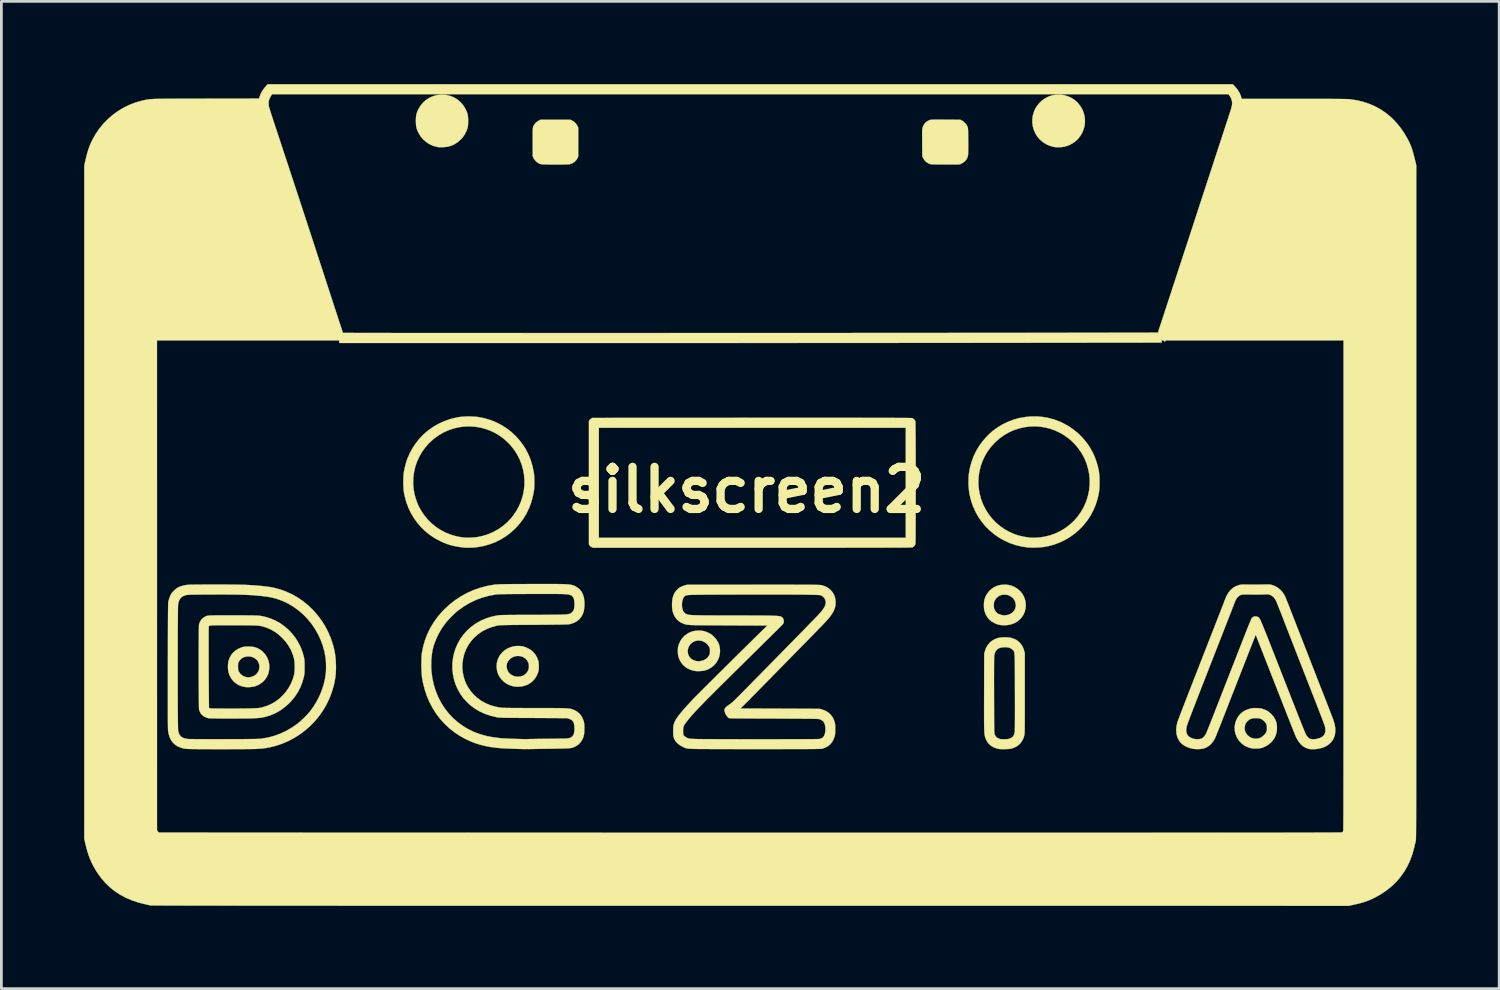
<source format=kicad_pcb>
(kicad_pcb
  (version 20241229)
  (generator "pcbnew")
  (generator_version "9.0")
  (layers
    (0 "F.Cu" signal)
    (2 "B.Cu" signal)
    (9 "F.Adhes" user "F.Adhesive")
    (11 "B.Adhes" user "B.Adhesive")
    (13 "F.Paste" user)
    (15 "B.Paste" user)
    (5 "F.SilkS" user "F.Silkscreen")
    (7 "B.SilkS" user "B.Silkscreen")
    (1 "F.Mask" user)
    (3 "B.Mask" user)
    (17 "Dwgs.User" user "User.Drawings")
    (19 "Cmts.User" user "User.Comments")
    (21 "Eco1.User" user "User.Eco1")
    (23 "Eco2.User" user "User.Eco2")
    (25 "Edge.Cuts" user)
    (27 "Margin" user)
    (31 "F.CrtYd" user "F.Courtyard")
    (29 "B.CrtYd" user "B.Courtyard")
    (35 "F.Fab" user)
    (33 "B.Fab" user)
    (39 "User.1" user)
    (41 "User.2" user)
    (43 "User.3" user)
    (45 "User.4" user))
  (footprint "silkscreen2"
    (layer "F.Cu")
    (at 24.018 14.711)
    (property "Reference" "silkscreen2" (at 0 0 0) (layer "F.SilkS") (effects (font (size 1.524 1.524) (thickness 0.3))))
    (attr through_hole)
    (fp_poly (pts (xy 11.506 -14.312) (xy 11.636 -14.275) (xy 11.76 -14.221) (xy 11.874 -14.151) (xy 11.976 -14.064) (xy 12.006 -14.032) (xy 12.096 -13.921) (xy 12.166 -13.805) (xy 12.217 -13.681) (xy 12.251 -13.549) (xy 12.261 -13.479) (xy 12.267 -13.341) (xy 12.253 -13.205) (xy 12.219 -13.075) (xy 12.168 -12.951) (xy 12.101 -12.836) (xy 12.017 -12.73) (xy 11.92 -12.637) (xy 11.808 -12.558) (xy 11.685 -12.495) (xy 11.655 -12.483) (xy 11.544 -12.449) (xy 11.424 -12.428) (xy 11.302 -12.421) (xy 11.184 -12.428) (xy 11.134 -12.436) (xy 10.994 -12.474) (xy 10.864 -12.53) (xy 10.745 -12.605) (xy 10.638 -12.696) (xy 10.635 -12.699) (xy 10.544 -12.804) (xy 10.472 -12.918) (xy 10.416 -13.041) (xy 10.379 -13.169) (xy 10.359 -13.301) (xy 10.358 -13.434) (xy 10.375 -13.566) (xy 10.411 -13.695) (xy 10.465 -13.819) (xy 10.514 -13.9) (xy 10.603 -14.015) (xy 10.705 -14.114) (xy 10.818 -14.195) (xy 10.941 -14.258) (xy 11.073 -14.303) (xy 11.099 -14.309) (xy 11.235 -14.329) (xy 11.372 -14.33) (xy 11.506 -14.312)) (stroke (width 0.01) (type solid)) (fill yes) (layer "F.SilkS"))
    (fp_poly (pts (xy -6.319 -13.386) (xy -6.242 -13.336) (xy -6.179 -13.271) (xy -6.132 -13.194) (xy -6.104 -13.134) (xy -6.104 -12.086) (xy -6.134 -12.025) (xy -6.182 -11.95) (xy -6.246 -11.887) (xy -6.323 -11.839) (xy -6.408 -11.809) (xy -6.426 -11.805) (xy -6.449 -11.803) (xy -6.492 -11.801) (xy -6.549 -11.799) (xy -6.62 -11.798) (xy -6.7 -11.797) (xy -6.788 -11.796) (xy -6.88 -11.796) (xy -6.974 -11.796) (xy -7.066 -11.796) (xy -7.155 -11.797) (xy -7.236 -11.798) (xy -7.309 -11.8) (xy -7.368 -11.801) (xy -7.413 -11.803) (xy -7.44 -11.806) (xy -7.443 -11.806) (xy -7.523 -11.832) (xy -7.597 -11.877) (xy -7.661 -11.936) (xy -7.713 -12.008) (xy -7.727 -12.036) (xy -7.756 -12.096) (xy -7.756 -12.61) (xy -7.756 -12.727) (xy -7.755 -12.826) (xy -7.755 -12.907) (xy -7.755 -12.973) (xy -7.754 -13.025) (xy -7.752 -13.066) (xy -7.751 -13.098) (xy -7.748 -13.122) (xy -7.745 -13.141) (xy -7.741 -13.156) (xy -7.737 -13.17) (xy -7.731 -13.184) (xy -7.731 -13.184) (xy -7.69 -13.258) (xy -7.632 -13.323) (xy -7.561 -13.374) (xy -7.541 -13.385) (xy -7.47 -13.42) (xy -6.389 -13.42) (xy -6.319 -13.386)) (stroke (width 0.01) (type solid)) (fill yes) (layer "F.SilkS"))
    (fp_poly (pts (xy -10.904 -14.32) (xy -10.767 -14.291) (xy -10.638 -14.243) (xy -10.519 -14.177) (xy -10.411 -14.095) (xy -10.314 -13.996) (xy -10.232 -13.882) (xy -10.187 -13.801) (xy -10.153 -13.729) (xy -10.128 -13.663) (xy -10.112 -13.598) (xy -10.101 -13.528) (xy -10.096 -13.448) (xy -10.095 -13.378) (xy -10.097 -13.295) (xy -10.1 -13.228) (xy -10.108 -13.17) (xy -10.121 -13.116) (xy -10.139 -13.06) (xy -10.165 -12.997) (xy -10.168 -12.991) (xy -10.215 -12.897) (xy -10.271 -12.811) (xy -10.341 -12.728) (xy -10.365 -12.704) (xy -10.471 -12.61) (xy -10.584 -12.535) (xy -10.705 -12.48) (xy -10.835 -12.444) (xy -10.974 -12.426) (xy -11.011 -12.425) (xy -11.065 -12.424) (xy -11.112 -12.423) (xy -11.149 -12.424) (xy -11.17 -12.426) (xy -11.17 -12.426) (xy -11.194 -12.43) (xy -11.23 -12.438) (xy -11.269 -12.447) (xy -11.397 -12.487) (xy -11.518 -12.546) (xy -11.63 -12.622) (xy -11.731 -12.712) (xy -11.818 -12.816) (xy -11.89 -12.932) (xy -11.918 -12.991) (xy -11.945 -13.055) (xy -11.964 -13.111) (xy -11.977 -13.165) (xy -11.985 -13.222) (xy -11.989 -13.289) (xy -11.991 -13.37) (xy -11.991 -13.378) (xy -11.989 -13.47) (xy -11.983 -13.547) (xy -11.971 -13.616) (xy -11.952 -13.68) (xy -11.925 -13.747) (xy -11.899 -13.801) (xy -11.826 -13.925) (xy -11.739 -14.033) (xy -11.638 -14.127) (xy -11.525 -14.203) (xy -11.402 -14.262) (xy -11.27 -14.303) (xy -11.131 -14.325) (xy -11.048 -14.329) (xy -10.904 -14.32)) (stroke (width 0.01) (type solid)) (fill yes) (layer "F.SilkS"))
    (fp_poly (pts (xy 7.007 -13.424) (xy 7.11 -13.424) (xy 7.214 -13.423) (xy 7.745 -13.42) (xy 7.805 -13.39) (xy 7.864 -13.353) (xy 7.92 -13.301) (xy 7.969 -13.241) (xy 8.003 -13.18) (xy 8.006 -13.174) (xy 8.012 -13.159) (xy 8.017 -13.144) (xy 8.021 -13.128) (xy 8.024 -13.107) (xy 8.026 -13.081) (xy 8.028 -13.047) (xy 8.03 -13.002) (xy 8.031 -12.946) (xy 8.032 -12.875) (xy 8.033 -12.787) (xy 8.034 -12.681) (xy 8.034 -12.65) (xy 8.035 -12.534) (xy 8.035 -12.429) (xy 8.034 -12.337) (xy 8.033 -12.259) (xy 8.031 -12.197) (xy 8.029 -12.153) (xy 8.027 -12.13) (xy 8.001 -12.04) (xy 7.958 -11.964) (xy 7.898 -11.9) (xy 7.82 -11.848) (xy 7.806 -11.84) (xy 7.725 -11.8) (xy 7.227 -11.798) (xy 7.124 -11.798) (xy 7.027 -11.798) (xy 6.937 -11.799) (xy 6.857 -11.8) (xy 6.789 -11.801) (xy 6.735 -11.803) (xy 6.698 -11.804) (xy 6.681 -11.806) (xy 6.601 -11.833) (xy 6.526 -11.878) (xy 6.461 -11.938) (xy 6.41 -12.01) (xy 6.397 -12.036) (xy 6.369 -12.096) (xy 6.365 -12.588) (xy 6.365 -12.703) (xy 6.364 -12.799) (xy 6.364 -12.878) (xy 6.364 -12.942) (xy 6.365 -12.994) (xy 6.366 -13.034) (xy 6.368 -13.066) (xy 6.371 -13.09) (xy 6.374 -13.11) (xy 6.378 -13.128) (xy 6.383 -13.145) (xy 6.384 -13.149) (xy 6.421 -13.234) (xy 6.473 -13.305) (xy 6.541 -13.362) (xy 6.624 -13.404) (xy 6.625 -13.404) (xy 6.639 -13.409) (xy 6.653 -13.413) (xy 6.669 -13.417) (xy 6.69 -13.419) (xy 6.716 -13.421) (xy 6.751 -13.423) (xy 6.795 -13.424) (xy 6.851 -13.424) (xy 6.921 -13.424) (xy 7.007 -13.424)) (stroke (width 0.01) (type solid)) (fill yes) (layer "F.SilkS"))
    (fp_poly (pts (xy -8.22 5.659) (xy -8.106 5.676) (xy -7.995 5.71) (xy -7.889 5.762) (xy -7.791 5.83) (xy -7.74 5.876) (xy -7.663 5.966) (xy -7.603 6.067) (xy -7.563 6.167) (xy -7.551 6.207) (xy -7.543 6.243) (xy -7.538 6.281) (xy -7.535 6.328) (xy -7.534 6.389) (xy -7.534 6.39) (xy -7.534 6.452) (xy -7.536 6.5) (xy -7.541 6.539) (xy -7.549 6.575) (xy -7.558 6.607) (xy -7.606 6.727) (xy -7.669 6.833) (xy -7.748 6.925) (xy -7.84 7.001) (xy -7.946 7.062) (xy -8.065 7.105) (xy -8.123 7.119) (xy -8.205 7.131) (xy -8.296 7.135) (xy -8.385 7.131) (xy -8.46 7.12) (xy -8.583 7.083) (xy -8.695 7.029) (xy -8.797 6.958) (xy -8.874 6.884) (xy -8.95 6.787) (xy -9.007 6.683) (xy -9.044 6.572) (xy -9.061 6.451) (xy -9.063 6.396) (xy -9.061 6.365) (xy -8.701 6.365) (xy -8.701 6.416) (xy -8.686 6.502) (xy -8.652 6.579) (xy -8.601 6.646) (xy -8.533 6.702) (xy -8.451 6.745) (xy -8.422 6.756) (xy -8.352 6.77) (xy -8.274 6.772) (xy -8.195 6.763) (xy -8.129 6.745) (xy -8.059 6.708) (xy -7.996 6.655) (xy -7.946 6.591) (xy -7.924 6.552) (xy -7.908 6.513) (xy -7.899 6.479) (xy -7.895 6.44) (xy -7.894 6.395) (xy -7.895 6.344) (xy -7.9 6.307) (xy -7.909 6.273) (xy -7.921 6.245) (xy -7.968 6.168) (xy -8.03 6.106) (xy -8.105 6.059) (xy -8.193 6.029) (xy -8.219 6.024) (xy -8.31 6.019) (xy -8.4 6.033) (xy -8.485 6.066) (xy -8.562 6.115) (xy -8.606 6.157) (xy -8.657 6.223) (xy -8.688 6.291) (xy -8.701 6.365) (xy -9.061 6.365) (xy -9.057 6.291) (xy -9.038 6.196) (xy -9.005 6.106) (xy -8.993 6.081) (xy -8.931 5.977) (xy -8.854 5.887) (xy -8.766 5.811) (xy -8.668 5.75) (xy -8.562 5.704) (xy -8.45 5.673) (xy -8.336 5.658) (xy -8.22 5.659)) (stroke (width 0.01) (type solid)) (fill yes) (layer "F.SilkS"))
    (fp_poly (pts (xy 9.497 3.447) (xy 9.614 3.478) (xy 9.725 3.526) (xy 9.825 3.59) (xy 9.915 3.668) (xy 9.99 3.76) (xy 10.043 3.849) (xy 10.089 3.963) (xy 10.115 4.08) (xy 10.122 4.197) (xy 10.11 4.311) (xy 10.081 4.421) (xy 10.036 4.525) (xy 9.973 4.62) (xy 9.896 4.705) (xy 9.803 4.778) (xy 9.716 4.827) (xy 9.608 4.868) (xy 9.491 4.896) (xy 9.369 4.908) (xy 9.25 4.904) (xy 9.233 4.902) (xy 9.161 4.891) (xy 9.1 4.876) (xy 9.039 4.853) (xy 8.984 4.828) (xy 8.88 4.767) (xy 8.791 4.691) (xy 8.719 4.602) (xy 8.662 4.498) (xy 8.622 4.383) (xy 8.611 4.326) (xy 8.604 4.255) (xy 8.603 4.182) (xy 8.963 4.182) (xy 8.964 4.234) (xy 8.967 4.271) (xy 8.974 4.302) (xy 8.986 4.333) (xy 8.99 4.341) (xy 9.01 4.38) (xy 9.033 4.416) (xy 9.046 4.433) (xy 9.09 4.472) (xy 9.151 4.505) (xy 9.224 4.531) (xy 9.306 4.548) (xy 9.333 4.551) (xy 9.348 4.55) (xy 9.378 4.547) (xy 9.416 4.542) (xy 9.417 4.542) (xy 9.508 4.52) (xy 9.588 4.482) (xy 9.655 4.431) (xy 9.707 4.367) (xy 9.742 4.294) (xy 9.759 4.211) (xy 9.759 4.209) (xy 9.756 4.125) (xy 9.733 4.044) (xy 9.693 3.971) (xy 9.636 3.906) (xy 9.566 3.854) (xy 9.5 3.821) (xy 9.43 3.803) (xy 9.351 3.797) (xy 9.271 3.803) (xy 9.201 3.82) (xy 9.198 3.821) (xy 9.128 3.859) (xy 9.065 3.912) (xy 9.014 3.977) (xy 8.993 4.015) (xy 8.979 4.05) (xy 8.969 4.081) (xy 8.965 4.115) (xy 8.963 4.16) (xy 8.963 4.182) (xy 8.603 4.182) (xy 8.602 4.177) (xy 8.605 4.1) (xy 8.612 4.03) (xy 8.621 3.981) (xy 8.663 3.864) (xy 8.722 3.758) (xy 8.797 3.665) (xy 8.808 3.653) (xy 8.895 3.578) (xy 8.984 3.52) (xy 9.08 3.478) (xy 9.188 3.45) (xy 9.251 3.44) (xy 9.375 3.434) (xy 9.497 3.447)) (stroke (width 0.01) (type solid)) (fill yes) (layer "F.SilkS"))
    (fp_poly (pts (xy -17.974 5.682) (xy -17.899 5.69) (xy -17.833 5.703) (xy -17.768 5.725) (xy -17.699 5.757) (xy -17.676 5.768) (xy -17.6 5.817) (xy -17.525 5.881) (xy -17.458 5.956) (xy -17.404 6.035) (xy -17.387 6.067) (xy -17.338 6.189) (xy -17.31 6.312) (xy -17.303 6.437) (xy -17.318 6.564) (xy -17.342 6.66) (xy -17.385 6.764) (xy -17.446 6.859) (xy -17.523 6.945) (xy -17.613 7.018) (xy -17.714 7.077) (xy -17.823 7.119) (xy -17.846 7.126) (xy -17.919 7.14) (xy -18.001 7.149) (xy -18.083 7.153) (xy -18.157 7.15) (xy -18.184 7.146) (xy -18.308 7.117) (xy -18.422 7.071) (xy -18.523 7.008) (xy -18.61 6.93) (xy -18.684 6.837) (xy -18.742 6.73) (xy -18.783 6.612) (xy -18.783 6.609) (xy -18.797 6.532) (xy -18.804 6.443) (xy -18.804 6.406) (xy -18.439 6.406) (xy -18.438 6.46) (xy -18.436 6.499) (xy -18.432 6.528) (xy -18.424 6.553) (xy -18.413 6.58) (xy -18.409 6.587) (xy -18.363 6.658) (xy -18.301 6.716) (xy -18.228 6.76) (xy -18.145 6.786) (xy -18.145 6.786) (xy -18.098 6.794) (xy -18.058 6.795) (xy -18.015 6.791) (xy -17.983 6.786) (xy -17.896 6.76) (xy -17.821 6.719) (xy -17.759 6.664) (xy -17.711 6.598) (xy -17.679 6.524) (xy -17.664 6.444) (xy -17.666 6.36) (xy -17.688 6.276) (xy -17.703 6.241) (xy -17.747 6.174) (xy -17.806 6.119) (xy -17.878 6.076) (xy -17.959 6.048) (xy -18.023 6.038) (xy -18.12 6.04) (xy -18.208 6.059) (xy -18.286 6.095) (xy -18.351 6.148) (xy -18.403 6.217) (xy -18.41 6.231) (xy -18.423 6.256) (xy -18.431 6.279) (xy -18.436 6.305) (xy -18.438 6.341) (xy -18.439 6.391) (xy -18.439 6.406) (xy -18.804 6.406) (xy -18.803 6.35) (xy -18.795 6.263) (xy -18.783 6.2) (xy -18.743 6.087) (xy -18.686 5.985) (xy -18.613 5.894) (xy -18.523 5.818) (xy -18.419 5.755) (xy -18.302 5.707) (xy -18.296 5.705) (xy -18.26 5.695) (xy -18.226 5.688) (xy -18.188 5.683) (xy -18.142 5.681) (xy -18.082 5.68) (xy -18.063 5.68) (xy -17.974 5.682)) (stroke (width 0.01) (type solid)) (fill yes) (layer "F.SilkS"))
    (fp_poly (pts (xy -1.645 5.104) (xy -1.56 5.117) (xy -1.478 5.141) (xy -1.391 5.178) (xy -1.377 5.184) (xy -1.33 5.209) (xy -1.291 5.232) (xy -1.256 5.259) (xy -1.217 5.294) (xy -1.181 5.33) (xy -1.099 5.422) (xy -1.038 5.518) (xy -0.995 5.618) (xy -0.971 5.726) (xy -0.963 5.839) (xy -0.974 5.96) (xy -1.003 6.076) (xy -1.051 6.183) (xy -1.114 6.282) (xy -1.193 6.369) (xy -1.285 6.442) (xy -1.389 6.501) (xy -1.503 6.543) (xy -1.525 6.548) (xy -1.584 6.559) (xy -1.654 6.566) (xy -1.729 6.57) (xy -1.801 6.57) (xy -1.861 6.565) (xy -1.868 6.564) (xy -1.994 6.535) (xy -2.109 6.49) (xy -2.21 6.429) (xy -2.298 6.353) (xy -2.37 6.264) (xy -2.418 6.181) (xy -2.448 6.113) (xy -2.469 6.055) (xy -2.483 5.999) (xy -2.49 5.938) (xy -2.493 5.865) (xy -2.493 5.834) (xy -2.492 5.806) (xy -2.134 5.806) (xy -2.134 5.89) (xy -2.129 5.92) (xy -2.102 6.004) (xy -2.058 6.075) (xy -1.999 6.132) (xy -1.924 6.174) (xy -1.842 6.2) (xy -1.784 6.211) (xy -1.733 6.213) (xy -1.679 6.207) (xy -1.64 6.2) (xy -1.548 6.171) (xy -1.47 6.127) (xy -1.407 6.069) (xy -1.359 5.997) (xy -1.358 5.994) (xy -1.343 5.961) (xy -1.335 5.932) (xy -1.33 5.897) (xy -1.329 5.851) (xy -1.329 5.839) (xy -1.33 5.79) (xy -1.333 5.755) (xy -1.341 5.727) (xy -1.353 5.698) (xy -1.359 5.687) (xy -1.408 5.614) (xy -1.472 5.553) (xy -1.547 5.506) (xy -1.629 5.474) (xy -1.715 5.459) (xy -1.802 5.464) (xy -1.805 5.464) (xy -1.891 5.489) (xy -1.966 5.53) (xy -2.03 5.585) (xy -2.081 5.651) (xy -2.116 5.725) (xy -2.134 5.806) (xy -2.492 5.806) (xy -2.492 5.774) (xy -2.489 5.729) (xy -2.484 5.692) (xy -2.475 5.657) (xy -2.463 5.617) (xy -2.412 5.497) (xy -2.346 5.392) (xy -2.266 5.303) (xy -2.211 5.257) (xy -2.108 5.189) (xy -2.003 5.142) (xy -1.893 5.113) (xy -1.774 5.101) (xy -1.742 5.1) (xy -1.645 5.104)) (stroke (width 0.01) (type solid)) (fill yes) (layer "F.SilkS"))
    (fp_poly (pts (xy 18.497 7.911) (xy 18.559 7.914) (xy 18.607 7.918) (xy 18.647 7.924) (xy 18.683 7.933) (xy 18.724 7.946) (xy 18.732 7.948) (xy 18.82 7.983) (xy 18.895 8.023) (xy 18.963 8.073) (xy 19.027 8.132) (xy 19.104 8.222) (xy 19.164 8.325) (xy 19.207 8.436) (xy 19.212 8.454) (xy 19.221 8.51) (xy 19.227 8.579) (xy 19.227 8.653) (xy 19.224 8.725) (xy 19.215 8.788) (xy 19.212 8.801) (xy 19.175 8.916) (xy 19.12 9.022) (xy 19.047 9.118) (xy 18.959 9.203) (xy 18.858 9.274) (xy 18.745 9.329) (xy 18.703 9.345) (xy 18.66 9.358) (xy 18.62 9.367) (xy 18.576 9.372) (xy 18.521 9.376) (xy 18.486 9.377) (xy 18.397 9.377) (xy 18.327 9.372) (xy 18.29 9.366) (xy 18.167 9.327) (xy 18.054 9.271) (xy 17.954 9.199) (xy 17.868 9.112) (xy 17.797 9.011) (xy 17.771 8.963) (xy 17.724 8.845) (xy 17.698 8.725) (xy 17.693 8.611) (xy 18.056 8.611) (xy 18.059 8.697) (xy 18.083 8.778) (xy 18.126 8.852) (xy 18.16 8.892) (xy 18.23 8.951) (xy 18.304 8.991) (xy 18.385 9.013) (xy 18.477 9.018) (xy 18.481 9.017) (xy 18.539 9.013) (xy 18.586 9.002) (xy 18.627 8.986) (xy 18.689 8.949) (xy 18.749 8.899) (xy 18.802 8.84) (xy 18.831 8.796) (xy 18.846 8.768) (xy 18.855 8.744) (xy 18.86 8.716) (xy 18.862 8.679) (xy 18.862 8.634) (xy 18.861 8.583) (xy 18.859 8.547) (xy 18.853 8.519) (xy 18.843 8.494) (xy 18.834 8.474) (xy 18.794 8.417) (xy 18.74 8.363) (xy 18.678 8.319) (xy 18.637 8.299) (xy 18.604 8.288) (xy 18.571 8.28) (xy 18.532 8.276) (xy 18.481 8.275) (xy 18.46 8.275) (xy 18.379 8.278) (xy 18.313 8.289) (xy 18.258 8.309) (xy 18.208 8.34) (xy 18.158 8.384) (xy 18.156 8.386) (xy 18.123 8.421) (xy 18.1 8.453) (xy 18.084 8.489) (xy 18.073 8.523) (xy 18.056 8.611) (xy 17.693 8.611) (xy 17.693 8.605) (xy 17.708 8.484) (xy 17.745 8.364) (xy 17.771 8.306) (xy 17.833 8.202) (xy 17.907 8.114) (xy 17.996 8.041) (xy 18.099 7.984) (xy 18.218 7.94) (xy 18.263 7.928) (xy 18.307 7.919) (xy 18.348 7.913) (xy 18.392 7.91) (xy 18.445 7.91) (xy 18.497 7.911)) (stroke (width 0.01) (type solid)) (fill yes) (layer "F.SilkS"))
    (fp_poly (pts (xy 2.941 -2.613) (xy 3.256 -2.613) (xy 3.553 -2.613) (xy 3.831 -2.613) (xy 4.091 -2.613) (xy 4.333 -2.612) (xy 4.557 -2.612) (xy 4.764 -2.612) (xy 4.954 -2.611) (xy 5.126 -2.611) (xy 5.283 -2.611) (xy 5.422 -2.61) (xy 5.546 -2.609) (xy 5.655 -2.609) (xy 5.747 -2.608) (xy 5.825 -2.608) (xy 5.888 -2.607) (xy 5.936 -2.606) (xy 5.97 -2.605) (xy 5.99 -2.604) (xy 5.996 -2.604) (xy 6.044 -2.581) (xy 6.086 -2.543) (xy 6.114 -2.496) (xy 6.119 -2.482) (xy 6.12 -2.467) (xy 6.121 -2.432) (xy 6.122 -2.378) (xy 6.123 -2.306) (xy 6.124 -2.218) (xy 6.125 -2.115) (xy 6.126 -1.999) (xy 6.127 -1.869) (xy 6.128 -1.728) (xy 6.128 -1.577) (xy 6.129 -1.417) (xy 6.129 -1.249) (xy 6.13 -1.075) (xy 6.13 -0.895) (xy 6.13 -0.711) (xy 6.131 -0.524) (xy 6.131 -0.336) (xy 6.131 -0.147) (xy 6.131 0.042) (xy 6.131 0.228) (xy 6.13 0.411) (xy 6.13 0.59) (xy 6.13 0.763) (xy 6.129 0.93) (xy 6.129 1.088) (xy 6.128 1.237) (xy 6.127 1.376) (xy 6.127 1.503) (xy 6.126 1.617) (xy 6.125 1.717) (xy 6.124 1.801) (xy 6.123 1.869) (xy 6.122 1.919) (xy 6.12 1.951) (xy 6.119 1.961) (xy 6.097 2.009) (xy 6.062 2.052) (xy 6.021 2.08) (xy 6.017 2.082) (xy 6.012 2.083) (xy 6.002 2.084) (xy 5.985 2.085) (xy 5.963 2.086) (xy 5.934 2.087) (xy 5.897 2.088) (xy 5.852 2.088) (xy 5.8 2.089) (xy 5.738 2.09) (xy 5.667 2.09) (xy 5.587 2.091) (xy 5.496 2.092) (xy 5.395 2.092) (xy 5.282 2.093) (xy 5.158 2.093) (xy 5.022 2.093) (xy 4.872 2.094) (xy 4.71 2.094) (xy 4.534 2.094) (xy 4.344 2.095) (xy 4.139 2.095) (xy 3.919 2.095) (xy 3.684 2.095) (xy 3.432 2.096) (xy 3.164 2.096) (xy 2.879 2.096) (xy 2.576 2.096) (xy 2.255 2.096) (xy 1.916 2.096) (xy 1.557 2.096) (xy 1.179 2.096) (xy 0.781 2.096) (xy 0.363 2.096) (xy -5.575 2.096) (xy -5.622 2.073) (xy -5.656 2.05) (xy -5.686 2.023) (xy -5.693 2.013) (xy -5.717 1.977) (xy -5.717 -2.255) (xy -5.357 -2.255) (xy -5.357 1.736) (xy 5.77 1.736) (xy 5.77 -2.255) (xy -5.357 -2.255) (xy -5.717 -2.255) (xy -5.717 -2.496) (xy -5.694 -2.531) (xy -5.667 -2.561) (xy -5.636 -2.586) (xy -5.633 -2.588) (xy -5.596 -2.61) (xy 0.179 -2.613) (xy 0.635 -2.613) (xy 1.069 -2.613) (xy 1.484 -2.613) (xy 1.878 -2.613) (xy 2.252 -2.613) (xy 2.606 -2.613) (xy 2.941 -2.613)) (stroke (width 0.01) (type solid)) (fill yes) (layer "F.SilkS"))
    (fp_poly (pts (xy -10.015 -2.662) (xy -9.909 -2.658) (xy -9.811 -2.652) (xy -9.736 -2.643) (xy -9.515 -2.6) (xy -9.301 -2.538) (xy -9.096 -2.457) (xy -8.9 -2.357) (xy -8.714 -2.241) (xy -8.539 -2.108) (xy -8.378 -1.958) (xy -8.229 -1.794) (xy -8.096 -1.615) (xy -8.009 -1.478) (xy -7.911 -1.288) (xy -7.829 -1.086) (xy -7.765 -0.872) (xy -7.718 -0.646) (xy -7.707 -0.572) (xy -7.702 -0.518) (xy -7.698 -0.449) (xy -7.696 -0.369) (xy -7.695 -0.285) (xy -7.696 -0.2) (xy -7.698 -0.121) (xy -7.702 -0.052) (xy -7.707 0) (xy -7.749 0.231) (xy -7.809 0.452) (xy -7.888 0.662) (xy -7.984 0.861) (xy -8.099 1.05) (xy -8.232 1.227) (xy -8.383 1.393) (xy -8.387 1.397) (xy -8.553 1.549) (xy -8.731 1.683) (xy -8.92 1.799) (xy -9.118 1.897) (xy -9.325 1.975) (xy -9.54 2.035) (xy -9.762 2.074) (xy -9.862 2.086) (xy -9.931 2.09) (xy -10.008 2.093) (xy -10.087 2.094) (xy -10.161 2.094) (xy -10.223 2.091) (xy -10.238 2.089) (xy -10.413 2.069) (xy -10.572 2.041) (xy -10.719 2.006) (xy -10.861 1.961) (xy -11.002 1.905) (xy -11.101 1.859) (xy -11.301 1.752) (xy -11.486 1.63) (xy -11.655 1.494) (xy -11.811 1.342) (xy -11.953 1.173) (xy -12.054 1.032) (xy -12.168 0.842) (xy -12.264 0.642) (xy -12.341 0.432) (xy -12.4 0.211) (xy -12.427 0.069) (xy -12.435 -0.003) (xy -12.442 -0.091) (xy -12.445 -0.189) (xy -12.446 -0.27) (xy -12.09 -0.27) (xy -12.079 -0.074) (xy -12.048 0.123) (xy -11.997 0.317) (xy -11.926 0.508) (xy -11.885 0.598) (xy -11.786 0.776) (xy -11.672 0.942) (xy -11.542 1.095) (xy -11.397 1.234) (xy -11.241 1.358) (xy -11.072 1.465) (xy -10.894 1.557) (xy -10.706 1.63) (xy -10.511 1.685) (xy -10.31 1.721) (xy -10.269 1.726) (xy -10.203 1.73) (xy -10.123 1.732) (xy -10.036 1.731) (xy -9.946 1.727) (xy -9.861 1.721) (xy -9.788 1.714) (xy -9.762 1.71) (xy -9.557 1.666) (xy -9.361 1.603) (xy -9.174 1.521) (xy -8.996 1.422) (xy -8.83 1.306) (xy -8.677 1.173) (xy -8.536 1.024) (xy -8.468 0.939) (xy -8.352 0.77) (xy -8.255 0.594) (xy -8.177 0.411) (xy -8.118 0.224) (xy -8.078 0.033) (xy -8.056 -0.159) (xy -8.054 -0.353) (xy -8.069 -0.545) (xy -8.104 -0.736) (xy -8.156 -0.922) (xy -8.227 -1.104) (xy -8.316 -1.28) (xy -8.423 -1.448) (xy -8.548 -1.607) (xy -8.644 -1.71) (xy -8.796 -1.848) (xy -8.958 -1.967) (xy -9.128 -2.069) (xy -9.305 -2.152) (xy -9.488 -2.217) (xy -9.675 -2.264) (xy -9.866 -2.293) (xy -10.058 -2.304) (xy -10.25 -2.296) (xy -10.441 -2.27) (xy -10.629 -2.226) (xy -10.814 -2.162) (xy -10.993 -2.081) (xy -11.166 -1.98) (xy -11.33 -1.861) (xy -11.361 -1.836) (xy -11.512 -1.696) (xy -11.647 -1.545) (xy -11.764 -1.383) (xy -11.864 -1.212) (xy -11.946 -1.033) (xy -12.01 -0.849) (xy -12.055 -0.659) (xy -12.082 -0.466) (xy -12.09 -0.27) (xy -12.446 -0.27) (xy -12.447 -0.292) (xy -12.445 -0.394) (xy -12.441 -0.491) (xy -12.434 -0.577) (xy -12.426 -0.641) (xy -12.409 -0.734) (xy -12.386 -0.834) (xy -12.361 -0.935) (xy -12.334 -1.028) (xy -12.307 -1.109) (xy -12.3 -1.128) (xy -12.209 -1.335) (xy -12.101 -1.531) (xy -11.977 -1.713) (xy -11.839 -1.882) (xy -11.686 -2.037) (xy -11.519 -2.176) (xy -11.34 -2.3) (xy -11.149 -2.407) (xy -10.948 -2.498) (xy -10.737 -2.57) (xy -10.516 -2.624) (xy -10.408 -2.643) (xy -10.326 -2.652) (xy -10.23 -2.659) (xy -10.124 -2.662) (xy -10.015 -2.662)) (stroke (width 0.01) (type solid)) (fill yes) (layer "F.SilkS"))
    (fp_poly (pts (xy 10.535 -2.663) (xy 10.75 -2.643) (xy 10.963 -2.603) (xy 11.173 -2.544) (xy 11.378 -2.465) (xy 11.475 -2.419) (xy 11.671 -2.31) (xy 11.854 -2.186) (xy 12.024 -2.046) (xy 12.178 -1.892) (xy 12.318 -1.726) (xy 12.441 -1.547) (xy 12.548 -1.358) (xy 12.636 -1.159) (xy 12.706 -0.951) (xy 12.721 -0.895) (xy 12.745 -0.797) (xy 12.763 -0.711) (xy 12.777 -0.631) (xy 12.786 -0.551) (xy 12.792 -0.467) (xy 12.794 -0.371) (xy 12.795 -0.286) (xy 12.794 -0.176) (xy 12.791 -0.082) (xy 12.784 0.002) (xy 12.774 0.082) (xy 12.759 0.163) (xy 12.739 0.252) (xy 12.721 0.324) (xy 12.656 0.534) (xy 12.572 0.735) (xy 12.471 0.926) (xy 12.353 1.106) (xy 12.221 1.273) (xy 12.073 1.429) (xy 11.913 1.57) (xy 11.74 1.696) (xy 11.556 1.807) (xy 11.363 1.901) (xy 11.16 1.978) (xy 10.948 2.036) (xy 10.766 2.07) (xy 10.701 2.078) (xy 10.621 2.084) (xy 10.533 2.088) (xy 10.442 2.091) (xy 10.353 2.092) (xy 10.273 2.09) (xy 10.206 2.087) (xy 10.191 2.085) (xy 9.97 2.052) (xy 9.755 2) (xy 9.548 1.929) (xy 9.351 1.841) (xy 9.163 1.736) (xy 8.986 1.615) (xy 8.82 1.478) (xy 8.668 1.328) (xy 8.53 1.163) (xy 8.407 0.987) (xy 8.3 0.798) (xy 8.21 0.598) (xy 8.164 0.469) (xy 8.118 0.316) (xy 8.084 0.171) (xy 8.061 0.027) (xy 8.048 -0.122) (xy 8.044 -0.27) (xy 8.402 -0.27) (xy 8.413 -0.071) (xy 8.445 0.127) (xy 8.497 0.324) (xy 8.502 0.339) (xy 8.575 0.531) (xy 8.668 0.713) (xy 8.777 0.884) (xy 8.902 1.043) (xy 9.043 1.188) (xy 9.197 1.319) (xy 9.365 1.434) (xy 9.513 1.516) (xy 9.631 1.572) (xy 9.747 1.618) (xy 9.866 1.655) (xy 9.992 1.686) (xy 10.13 1.71) (xy 10.275 1.73) (xy 10.33 1.733) (xy 10.399 1.735) (xy 10.476 1.733) (xy 10.553 1.729) (xy 10.604 1.725) (xy 10.806 1.696) (xy 11.003 1.647) (xy 11.192 1.579) (xy 11.373 1.493) (xy 11.544 1.39) (xy 11.704 1.27) (xy 11.852 1.136) (xy 11.986 0.987) (xy 12.105 0.824) (xy 12.208 0.649) (xy 12.234 0.598) (xy 12.315 0.409) (xy 12.375 0.216) (xy 12.416 0.021) (xy 12.436 -0.176) (xy 12.438 -0.372) (xy 12.42 -0.567) (xy 12.383 -0.758) (xy 12.328 -0.946) (xy 12.255 -1.127) (xy 12.164 -1.302) (xy 12.055 -1.468) (xy 11.928 -1.625) (xy 11.785 -1.771) (xy 11.71 -1.836) (xy 11.547 -1.959) (xy 11.376 -2.063) (xy 11.198 -2.148) (xy 11.014 -2.215) (xy 10.827 -2.263) (xy 10.636 -2.293) (xy 10.444 -2.304) (xy 10.252 -2.297) (xy 10.061 -2.271) (xy 9.873 -2.228) (xy 9.689 -2.166) (xy 9.51 -2.086) (xy 9.339 -1.988) (xy 9.175 -1.871) (xy 9.021 -1.737) (xy 8.994 -1.71) (xy 8.857 -1.559) (xy 8.737 -1.396) (xy 8.635 -1.224) (xy 8.551 -1.044) (xy 8.485 -0.857) (xy 8.438 -0.665) (xy 8.41 -0.469) (xy 8.402 -0.27) (xy 8.044 -0.27) (xy 8.044 -0.284) (xy 8.044 -0.286) (xy 8.045 -0.356) (xy 8.047 -0.426) (xy 8.049 -0.49) (xy 8.053 -0.543) (xy 8.056 -0.572) (xy 8.097 -0.801) (xy 8.156 -1.019) (xy 8.233 -1.226) (xy 8.328 -1.422) (xy 8.44 -1.608) (xy 8.572 -1.784) (xy 8.708 -1.936) (xy 8.758 -1.986) (xy 8.81 -2.037) (xy 8.86 -2.083) (xy 8.903 -2.121) (xy 8.92 -2.136) (xy 9.099 -2.267) (xy 9.288 -2.38) (xy 9.484 -2.474) (xy 9.687 -2.55) (xy 9.895 -2.607) (xy 10.106 -2.644) (xy 10.32 -2.663) (xy 10.535 -2.663)) (stroke (width 0.01) (type solid)) (fill yes) (layer "F.SilkS"))
    (fp_poly (pts (xy 9.458 5.346) (xy 9.541 5.355) (xy 9.598 5.366) (xy 9.694 5.398) (xy 9.776 5.438) (xy 9.848 5.49) (xy 9.894 5.532) (xy 9.949 5.594) (xy 9.993 5.659) (xy 10.029 5.734) (xy 10.059 5.825) (xy 10.06 5.829) (xy 10.085 5.913) (xy 10.085 7.369) (xy 10.085 7.575) (xy 10.085 7.76) (xy 10.085 7.926) (xy 10.085 8.075) (xy 10.084 8.207) (xy 10.084 8.323) (xy 10.084 8.424) (xy 10.083 8.512) (xy 10.082 8.588) (xy 10.082 8.652) (xy 10.081 8.707) (xy 10.08 8.752) (xy 10.078 8.789) (xy 10.077 8.819) (xy 10.075 8.844) (xy 10.073 8.864) (xy 10.071 8.88) (xy 10.068 8.894) (xy 10.066 8.906) (xy 10.066 8.907) (xy 10.029 9.02) (xy 9.976 9.119) (xy 9.908 9.205) (xy 9.824 9.277) (xy 9.725 9.333) (xy 9.624 9.371) (xy 9.588 9.38) (xy 9.551 9.387) (xy 9.508 9.392) (xy 9.455 9.395) (xy 9.387 9.397) (xy 9.37 9.397) (xy 9.309 9.398) (xy 9.253 9.398) (xy 9.207 9.397) (xy 9.175 9.396) (xy 9.164 9.395) (xy 9.045 9.367) (xy 8.939 9.324) (xy 8.847 9.266) (xy 8.77 9.194) (xy 8.708 9.108) (xy 8.663 9.009) (xy 8.656 8.99) (xy 8.65 8.968) (xy 8.643 8.946) (xy 8.638 8.923) (xy 8.633 8.898) (xy 8.628 8.871) (xy 8.624 8.839) (xy 8.621 8.802) (xy 8.618 8.758) (xy 8.616 8.707) (xy 8.614 8.648) (xy 8.612 8.578) (xy 8.611 8.498) (xy 8.61 8.405) (xy 8.609 8.3) (xy 8.609 8.18) (xy 8.609 8.044) (xy 8.609 7.892) (xy 8.609 7.723) (xy 8.61 7.534) (xy 8.61 7.325) (xy 8.61 7.316) (xy 8.611 6.995) (xy 8.969 6.995) (xy 8.97 7.208) (xy 8.97 7.442) (xy 8.97 7.448) (xy 8.971 7.646) (xy 8.971 7.824) (xy 8.972 7.983) (xy 8.972 8.124) (xy 8.973 8.248) (xy 8.973 8.357) (xy 8.974 8.452) (xy 8.975 8.533) (xy 8.976 8.601) (xy 8.977 8.659) (xy 8.978 8.707) (xy 8.979 8.746) (xy 8.981 8.777) (xy 8.982 8.802) (xy 8.984 8.821) (xy 8.986 8.836) (xy 8.989 8.848) (xy 8.991 8.857) (xy 8.992 8.86) (xy 9.021 8.922) (xy 9.061 8.97) (xy 9.116 9.005) (xy 9.187 9.03) (xy 9.206 9.035) (xy 9.236 9.038) (xy 9.281 9.04) (xy 9.334 9.04) (xy 9.389 9.039) (xy 9.44 9.036) (xy 9.479 9.032) (xy 9.489 9.03) (xy 9.565 9.006) (xy 9.626 8.971) (xy 9.671 8.921) (xy 9.702 8.856) (xy 9.719 8.787) (xy 9.721 8.767) (xy 9.723 8.732) (xy 9.724 8.68) (xy 9.726 8.611) (xy 9.727 8.525) (xy 9.727 8.421) (xy 9.728 8.299) (xy 9.728 8.158) (xy 9.729 7.998) (xy 9.729 7.818) (xy 9.728 7.619) (xy 9.728 7.398) (xy 9.728 7.337) (xy 9.727 7.132) (xy 9.727 6.947) (xy 9.727 6.782) (xy 9.726 6.634) (xy 9.726 6.502) (xy 9.725 6.387) (xy 9.724 6.286) (xy 9.723 6.199) (xy 9.721 6.124) (xy 9.719 6.061) (xy 9.716 6.007) (xy 9.713 5.963) (xy 9.709 5.927) (xy 9.705 5.898) (xy 9.699 5.875) (xy 9.693 5.857) (xy 9.686 5.843) (xy 9.678 5.831) (xy 9.669 5.821) (xy 9.659 5.811) (xy 9.647 5.801) (xy 9.636 5.79) (xy 9.591 5.753) (xy 9.54 5.727) (xy 9.478 5.711) (xy 9.401 5.703) (xy 9.36 5.703) (xy 9.26 5.709) (xy 9.176 5.729) (xy 9.108 5.763) (xy 9.054 5.812) (xy 9.014 5.875) (xy 8.988 5.955) (xy 8.978 6.01) (xy 8.976 6.035) (xy 8.974 6.082) (xy 8.973 6.15) (xy 8.972 6.239) (xy 8.971 6.348) (xy 8.97 6.479) (xy 8.97 6.63) (xy 8.969 6.802) (xy 8.969 6.995) (xy 8.611 6.995) (xy 8.614 5.934) (xy 8.637 5.852) (xy 8.68 5.733) (xy 8.738 5.63) (xy 8.81 5.541) (xy 8.898 5.468) (xy 8.999 5.411) (xy 9.115 5.369) (xy 9.123 5.366) (xy 9.194 5.353) (xy 9.278 5.345) (xy 9.368 5.342) (xy 9.458 5.346)) (stroke (width 0.01) (type solid)) (fill yes) (layer "F.SilkS"))
    (fp_poly (pts (xy -18.474 4.547) (xy -18.328 4.548) (xy -18.2 4.548) (xy -18.088 4.549) (xy -17.991 4.55) (xy -17.908 4.551) (xy -17.836 4.553) (xy -17.773 4.555) (xy -17.72 4.558) (xy -17.673 4.562) (xy -17.631 4.567) (xy -17.592 4.573) (xy -17.556 4.579) (xy -17.52 4.587) (xy -17.483 4.595) (xy -17.443 4.605) (xy -17.442 4.606) (xy -17.257 4.663) (xy -17.081 4.739) (xy -16.914 4.832) (xy -16.758 4.942) (xy -16.613 5.068) (xy -16.48 5.207) (xy -16.362 5.359) (xy -16.258 5.522) (xy -16.171 5.696) (xy -16.1 5.88) (xy -16.049 6.069) (xy -16.041 6.109) (xy -16.035 6.146) (xy -16.031 6.184) (xy -16.028 6.229) (xy -16.026 6.283) (xy -16.025 6.351) (xy -16.025 6.416) (xy -16.026 6.498) (xy -16.026 6.563) (xy -16.028 6.615) (xy -16.032 6.658) (xy -16.036 6.696) (xy -16.043 6.733) (xy -16.048 6.76) (xy -16.102 6.958) (xy -16.174 7.145) (xy -16.264 7.322) (xy -16.373 7.489) (xy -16.501 7.646) (xy -16.58 7.73) (xy -16.731 7.866) (xy -16.891 7.984) (xy -17.061 8.082) (xy -17.24 8.162) (xy -17.429 8.223) (xy -17.565 8.253) (xy -17.605 8.259) (xy -17.66 8.265) (xy -17.727 8.271) (xy -17.799 8.276) (xy -17.867 8.28) (xy -17.919 8.282) (xy -17.987 8.283) (xy -18.068 8.285) (xy -18.161 8.286) (xy -18.263 8.287) (xy -18.372 8.287) (xy -18.487 8.288) (xy -18.605 8.288) (xy -18.723 8.288) (xy -18.841 8.288) (xy -18.955 8.288) (xy -19.064 8.287) (xy -19.165 8.286) (xy -19.257 8.285) (xy -19.338 8.284) (xy -19.405 8.283) (xy -19.456 8.281) (xy -19.489 8.28) (xy -19.499 8.279) (xy -19.594 8.253) (xy -19.677 8.212) (xy -19.747 8.156) (xy -19.801 8.086) (xy -19.839 8.003) (xy -19.851 7.96) (xy -19.853 7.942) (xy -19.854 7.905) (xy -19.856 7.85) (xy -19.857 7.778) (xy -19.858 7.69) (xy -19.859 7.589) (xy -19.86 7.476) (xy -19.861 7.351) (xy -19.862 7.218) (xy -19.862 7.077) (xy -19.863 6.929) (xy -19.863 6.776) (xy -19.863 6.62) (xy -19.863 6.463) (xy -19.863 6.304) (xy -19.863 6.147) (xy -19.863 5.993) (xy -19.863 5.842) (xy -19.862 5.697) (xy -19.862 5.56) (xy -19.504 5.56) (xy -19.504 5.689) (xy -19.504 5.826) (xy -19.504 5.969) (xy -19.504 6.116) (xy -19.503 6.267) (xy -19.503 6.419) (xy -19.502 6.572) (xy -19.501 6.723) (xy -19.501 6.871) (xy -19.5 7.016) (xy -19.499 7.154) (xy -19.498 7.286) (xy -19.497 7.409) (xy -19.496 7.521) (xy -19.495 7.622) (xy -19.494 7.71) (xy -19.493 7.783) (xy -19.492 7.841) (xy -19.491 7.881) (xy -19.49 7.901) (xy -19.49 7.904) (xy -19.475 7.911) (xy -19.45 7.919) (xy -19.448 7.92) (xy -19.429 7.922) (xy -19.392 7.923) (xy -19.338 7.925) (xy -19.268 7.926) (xy -19.186 7.927) (xy -19.093 7.927) (xy -18.992 7.928) (xy -18.884 7.928) (xy -18.772 7.929) (xy -18.657 7.928) (xy -18.542 7.928) (xy -18.429 7.928) (xy -18.32 7.927) (xy -18.217 7.926) (xy -18.122 7.925) (xy -18.037 7.924) (xy -17.964 7.922) (xy -17.906 7.92) (xy -17.888 7.92) (xy -17.803 7.916) (xy -17.735 7.911) (xy -17.679 7.906) (xy -17.631 7.899) (xy -17.587 7.89) (xy -17.558 7.884) (xy -17.391 7.831) (xy -17.231 7.761) (xy -17.081 7.672) (xy -16.942 7.568) (xy -16.814 7.449) (xy -16.7 7.316) (xy -16.6 7.172) (xy -16.516 7.016) (xy -16.449 6.851) (xy -16.404 6.697) (xy -16.395 6.639) (xy -16.388 6.566) (xy -16.384 6.483) (xy -16.383 6.396) (xy -16.385 6.31) (xy -16.391 6.231) (xy -16.399 6.164) (xy -16.404 6.136) (xy -16.453 5.965) (xy -16.518 5.806) (xy -16.6 5.658) (xy -16.7 5.517) (xy -16.82 5.382) (xy -16.839 5.362) (xy -16.965 5.247) (xy -17.093 5.15) (xy -17.228 5.071) (xy -17.371 5.007) (xy -17.442 4.981) (xy -17.48 4.969) (xy -17.514 4.958) (xy -17.547 4.948) (xy -17.58 4.94) (xy -17.615 4.933) (xy -17.653 4.927) (xy -17.695 4.922) (xy -17.744 4.918) (xy -17.801 4.915) (xy -17.867 4.913) (xy -17.945 4.911) (xy -18.035 4.91) (xy -18.14 4.909) (xy -18.26 4.908) (xy -18.398 4.908) (xy -18.556 4.908) (xy -18.61 4.908) (xy -18.767 4.908) (xy -18.904 4.908) (xy -19.023 4.908) (xy -19.124 4.908) (xy -19.21 4.908) (xy -19.281 4.909) (xy -19.339 4.911) (xy -19.386 4.913) (xy -19.422 4.916) (xy -19.449 4.92) (xy -19.468 4.924) (xy -19.482 4.93) (xy -19.49 4.937) (xy -19.495 4.945) (xy -19.497 4.955) (xy -19.499 4.966) (xy -19.501 4.977) (xy -19.502 4.993) (xy -19.502 5.027) (xy -19.503 5.08) (xy -19.504 5.149) (xy -19.504 5.233) (xy -19.504 5.33) (xy -19.504 5.44) (xy -19.504 5.56) (xy -19.862 5.56) (xy -19.862 5.559) (xy -19.861 5.429) (xy -19.86 5.31) (xy -19.86 5.202) (xy -19.859 5.107) (xy -19.857 5.026) (xy -19.856 4.961) (xy -19.855 4.913) (xy -19.853 4.885) (xy -19.853 4.878) (xy -19.822 4.788) (xy -19.774 4.71) (xy -19.71 4.645) (xy -19.631 4.594) (xy -19.566 4.567) (xy -19.555 4.564) (xy -19.542 4.561) (xy -19.527 4.558) (xy -19.507 4.556) (xy -19.481 4.554) (xy -19.449 4.552) (xy -19.408 4.551) (xy -19.356 4.55) (xy -19.294 4.549) (xy -19.218 4.548) (xy -19.129 4.548) (xy -19.023 4.548) (xy -18.9 4.548) (xy -18.759 4.547) (xy -18.64 4.547) (xy -18.474 4.547)) (stroke (width 0.01) (type solid)) (fill yes) (layer "F.SilkS"))
    (fp_poly (pts (xy -19.205 3.431) (xy -19.07 3.431) (xy -18.936 3.431) (xy -18.807 3.432) (xy -18.683 3.433) (xy -18.567 3.434) (xy -18.46 3.435) (xy -18.366 3.437) (xy -18.284 3.439) (xy -18.218 3.441) (xy -18.206 3.441) (xy -18.018 3.45) (xy -17.838 3.462) (xy -17.668 3.475) (xy -17.51 3.491) (xy -17.367 3.509) (xy -17.24 3.528) (xy -17.132 3.549) (xy -17.12 3.552) (xy -16.894 3.614) (xy -16.674 3.695) (xy -16.462 3.795) (xy -16.259 3.912) (xy -16.066 4.046) (xy -15.884 4.196) (xy -15.714 4.361) (xy -15.557 4.54) (xy -15.413 4.732) (xy -15.284 4.936) (xy -15.171 5.152) (xy -15.075 5.379) (xy -15.041 5.474) (xy -14.986 5.649) (xy -14.944 5.819) (xy -14.915 5.99) (xy -14.897 6.168) (xy -14.889 6.328) (xy -14.888 6.489) (xy -14.894 6.636) (xy -14.907 6.775) (xy -14.929 6.913) (xy -14.959 7.056) (xy -14.971 7.104) (xy -15.042 7.343) (xy -15.131 7.572) (xy -15.238 7.793) (xy -15.362 8.002) (xy -15.502 8.201) (xy -15.656 8.387) (xy -15.825 8.561) (xy -16.006 8.72) (xy -16.2 8.865) (xy -16.404 8.994) (xy -16.619 9.107) (xy -16.843 9.203) (xy -17.075 9.28) (xy -17.314 9.339) (xy -17.464 9.365) (xy -17.513 9.371) (xy -17.576 9.377) (xy -17.649 9.383) (xy -17.727 9.388) (xy -17.803 9.392) (xy -17.803 9.392) (xy -17.847 9.393) (xy -17.909 9.394) (xy -17.988 9.395) (xy -18.082 9.396) (xy -18.188 9.397) (xy -18.306 9.398) (xy -18.433 9.399) (xy -18.568 9.399) (xy -18.709 9.399) (xy -18.853 9.4) (xy -19 9.4) (xy -19.147 9.4) (xy -19.292 9.4) (xy -19.434 9.399) (xy -19.571 9.399) (xy -19.7 9.398) (xy -19.821 9.398) (xy -19.931 9.397) (xy -20.029 9.396) (xy -20.113 9.395) (xy -20.18 9.393) (xy -20.229 9.392) (xy -20.254 9.391) (xy -20.314 9.387) (xy -20.359 9.383) (xy -20.397 9.377) (xy -20.434 9.369) (xy -20.476 9.356) (xy -20.521 9.342) (xy -20.628 9.297) (xy -20.721 9.236) (xy -20.802 9.159) (xy -20.868 9.067) (xy -20.919 8.961) (xy -20.956 8.84) (xy -20.974 8.735) (xy -20.975 8.716) (xy -20.977 8.686) (xy -20.978 8.643) (xy -20.979 8.587) (xy -20.98 8.518) (xy -20.981 8.435) (xy -20.982 8.337) (xy -20.982 8.224) (xy -20.983 8.095) (xy -20.983 7.949) (xy -20.983 7.786) (xy -20.983 7.606) (xy -20.983 7.408) (xy -20.983 7.191) (xy -20.983 6.955) (xy -20.983 6.698) (xy -20.982 6.422) (xy -20.982 6.372) (xy -20.626 6.372) (xy -20.626 6.566) (xy -20.626 6.758) (xy -20.625 6.949) (xy -20.625 7.136) (xy -20.625 7.319) (xy -20.624 7.496) (xy -20.623 7.666) (xy -20.623 7.828) (xy -20.622 7.981) (xy -20.621 8.122) (xy -20.62 8.252) (xy -20.619 8.369) (xy -20.617 8.472) (xy -20.616 8.559) (xy -20.614 8.629) (xy -20.613 8.681) (xy -20.611 8.715) (xy -20.61 8.725) (xy -20.588 8.811) (xy -20.556 8.881) (xy -20.511 8.937) (xy -20.452 8.978) (xy -20.378 9.008) (xy -20.287 9.026) (xy -20.233 9.031) (xy -20.208 9.033) (xy -20.163 9.034) (xy -20.1 9.034) (xy -20.02 9.035) (xy -19.925 9.036) (xy -19.816 9.036) (xy -19.695 9.037) (xy -19.564 9.037) (xy -19.423 9.037) (xy -19.274 9.037) (xy -19.119 9.037) (xy -18.96 9.037) (xy -18.915 9.037) (xy -18.725 9.036) (xy -18.554 9.036) (xy -18.402 9.035) (xy -18.268 9.035) (xy -18.15 9.034) (xy -18.047 9.033) (xy -17.957 9.032) (xy -17.881 9.031) (xy -17.815 9.03) (xy -17.759 9.028) (xy -17.713 9.027) (xy -17.673 9.025) (xy -17.64 9.023) (xy -17.613 9.021) (xy -17.589 9.018) (xy -17.579 9.017) (xy -17.346 8.976) (xy -17.118 8.914) (xy -16.897 8.833) (xy -16.683 8.732) (xy -16.478 8.613) (xy -16.283 8.475) (xy -16.252 8.451) (xy -16.188 8.397) (xy -16.116 8.331) (xy -16.04 8.259) (xy -15.967 8.184) (xy -15.9 8.113) (xy -15.845 8.049) (xy -15.839 8.043) (xy -15.708 7.865) (xy -15.591 7.675) (xy -15.488 7.475) (xy -15.402 7.269) (xy -15.334 7.059) (xy -15.284 6.847) (xy -15.258 6.668) (xy -15.251 6.586) (xy -15.248 6.49) (xy -15.247 6.388) (xy -15.249 6.285) (xy -15.254 6.19) (xy -15.262 6.108) (xy -15.263 6.102) (xy -15.302 5.877) (xy -15.362 5.658) (xy -15.439 5.444) (xy -15.534 5.239) (xy -15.646 5.042) (xy -15.773 4.856) (xy -15.915 4.682) (xy -16.071 4.52) (xy -16.239 4.373) (xy -16.42 4.242) (xy -16.611 4.128) (xy -16.692 4.086) (xy -16.832 4.023) (xy -16.968 3.97) (xy -17.107 3.928) (xy -17.254 3.894) (xy -17.412 3.867) (xy -17.507 3.855) (xy -17.606 3.844) (xy -17.705 3.834) (xy -17.806 3.825) (xy -17.91 3.817) (xy -18.018 3.811) (xy -18.133 3.806) (xy -18.256 3.801) (xy -18.389 3.798) (xy -18.533 3.795) (xy -18.691 3.793) (xy -18.864 3.792) (xy -19.053 3.792) (xy -19.261 3.792) (xy -19.407 3.793) (xy -19.564 3.794) (xy -19.7 3.794) (xy -19.819 3.795) (xy -19.92 3.796) (xy -20.006 3.797) (xy -20.079 3.798) (xy -20.139 3.799) (xy -20.187 3.801) (xy -20.227 3.803) (xy -20.258 3.805) (xy -20.282 3.807) (xy -20.302 3.81) (xy -20.317 3.813) (xy -20.326 3.815) (xy -20.41 3.844) (xy -20.477 3.882) (xy -20.529 3.932) (xy -20.568 3.996) (xy -20.596 4.076) (xy -20.61 4.138) (xy -20.611 4.158) (xy -20.613 4.199) (xy -20.615 4.258) (xy -20.616 4.335) (xy -20.618 4.429) (xy -20.619 4.537) (xy -20.62 4.659) (xy -20.621 4.794) (xy -20.622 4.94) (xy -20.623 5.096) (xy -20.624 5.262) (xy -20.624 5.434) (xy -20.625 5.614) (xy -20.625 5.799) (xy -20.625 5.987) (xy -20.626 6.179) (xy -20.626 6.372) (xy -20.982 6.372) (xy -20.982 6.369) (xy -20.982 6.109) (xy -20.981 5.87) (xy -20.981 5.65) (xy -20.981 5.449) (xy -20.98 5.265) (xy -20.98 5.099) (xy -20.979 4.949) (xy -20.979 4.813) (xy -20.978 4.693) (xy -20.977 4.585) (xy -20.977 4.491) (xy -20.976 4.408) (xy -20.975 4.336) (xy -20.974 4.274) (xy -20.973 4.222) (xy -20.972 4.178) (xy -20.971 4.141) (xy -20.97 4.111) (xy -20.968 4.087) (xy -20.967 4.069) (xy -20.965 4.054) (xy -20.963 4.042) (xy -20.961 4.034) (xy -20.929 3.924) (xy -20.893 3.833) (xy -20.867 3.782) (xy -20.832 3.73) (xy -20.784 3.675) (xy -20.729 3.621) (xy -20.673 3.575) (xy -20.622 3.541) (xy -20.619 3.54) (xy -20.544 3.506) (xy -20.455 3.477) (xy -20.358 3.455) (xy -20.272 3.442) (xy -20.242 3.44) (xy -20.194 3.438) (xy -20.127 3.436) (xy -20.046 3.435) (xy -19.951 3.434) (xy -19.844 3.433) (xy -19.728 3.432) (xy -19.604 3.431) (xy -19.474 3.431) (xy -19.341 3.431) (xy -19.205 3.431)) (stroke (width 0.01) (type solid)) (fill yes) (layer "F.SilkS"))
    (fp_poly (pts (xy -7.156 3.411) (xy -7.022 3.411) (xy -6.902 3.412) (xy -6.797 3.413) (xy -6.705 3.415) (xy -6.625 3.418) (xy -6.555 3.421) (xy -6.495 3.425) (xy -6.443 3.43) (xy -6.398 3.435) (xy -6.36 3.442) (xy -6.326 3.45) (xy -6.296 3.458) (xy -6.268 3.468) (xy -6.242 3.479) (xy -6.216 3.491) (xy -6.208 3.495) (xy -6.115 3.551) (xy -6.037 3.622) (xy -5.975 3.707) (xy -5.928 3.807) (xy -5.897 3.922) (xy -5.881 4.051) (xy -5.879 4.187) (xy -5.887 4.293) (xy -5.902 4.383) (xy -5.925 4.464) (xy -5.954 4.532) (xy -6.01 4.624) (xy -6.082 4.705) (xy -6.17 4.771) (xy -6.271 4.823) (xy -6.386 4.86) (xy -6.437 4.871) (xy -6.458 4.873) (xy -6.497 4.875) (xy -6.552 4.877) (xy -6.626 4.879) (xy -6.717 4.881) (xy -6.828 4.883) (xy -6.957 4.884) (xy -7.106 4.886) (xy -7.275 4.888) (xy -7.464 4.889) (xy -7.674 4.891) (xy -7.729 4.891) (xy -7.916 4.892) (xy -8.083 4.893) (xy -8.231 4.894) (xy -8.362 4.895) (xy -8.476 4.896) (xy -8.576 4.897) (xy -8.662 4.898) (xy -8.735 4.9) (xy -8.797 4.901) (xy -8.849 4.902) (xy -8.892 4.904) (xy -8.927 4.905) (xy -8.957 4.907) (xy -8.981 4.909) (xy -9.001 4.912) (xy -9.019 4.915) (xy -9.035 4.918) (xy -9.052 4.921) (xy -9.058 4.922) (xy -9.243 4.973) (xy -9.415 5.039) (xy -9.574 5.121) (xy -9.721 5.22) (xy -9.856 5.336) (xy -9.879 5.358) (xy -9.995 5.489) (xy -10.094 5.63) (xy -10.174 5.782) (xy -10.236 5.945) (xy -10.279 6.118) (xy -10.302 6.277) (xy -10.307 6.431) (xy -10.295 6.588) (xy -10.266 6.746) (xy -10.221 6.898) (xy -10.162 7.042) (xy -10.11 7.138) (xy -10.008 7.289) (xy -9.891 7.424) (xy -9.76 7.544) (xy -9.617 7.648) (xy -9.46 7.735) (xy -9.292 7.805) (xy -9.113 7.858) (xy -8.923 7.893) (xy -8.878 7.898) (xy -8.851 7.9) (xy -8.805 7.902) (xy -8.739 7.903) (xy -8.656 7.904) (xy -8.555 7.906) (xy -8.438 7.907) (xy -8.307 7.907) (xy -8.161 7.908) (xy -8.003 7.909) (xy -7.833 7.909) (xy -7.681 7.909) (xy -7.495 7.909) (xy -7.329 7.909) (xy -7.182 7.909) (xy -7.052 7.91) (xy -6.937 7.911) (xy -6.838 7.911) (xy -6.752 7.913) (xy -6.678 7.914) (xy -6.615 7.916) (xy -6.561 7.918) (xy -6.516 7.921) (xy -6.477 7.924) (xy -6.444 7.928) (xy -6.416 7.932) (xy -6.39 7.936) (xy -6.366 7.942) (xy -6.349 7.946) (xy -6.246 7.983) (xy -6.151 8.036) (xy -6.069 8.104) (xy -6.001 8.183) (xy -5.961 8.252) (xy -5.933 8.312) (xy -5.912 8.366) (xy -5.898 8.418) (xy -5.889 8.475) (xy -5.884 8.54) (xy -5.882 8.62) (xy -5.882 8.65) (xy -5.884 8.741) (xy -5.888 8.816) (xy -5.897 8.88) (xy -5.911 8.937) (xy -5.931 8.993) (xy -5.958 9.052) (xy -5.959 9.053) (xy -6.014 9.141) (xy -6.085 9.218) (xy -6.169 9.279) (xy -6.204 9.298) (xy -6.235 9.313) (xy -6.263 9.325) (xy -6.289 9.336) (xy -6.316 9.345) (xy -6.345 9.353) (xy -6.378 9.359) (xy -6.417 9.364) (xy -6.465 9.368) (xy -6.521 9.372) (xy -6.589 9.374) (xy -6.67 9.376) (xy -6.767 9.378) (xy -6.88 9.38) (xy -7.012 9.382) (xy -7.067 9.383) (xy -7.187 9.384) (xy -7.304 9.386) (xy -7.417 9.387) (xy -7.522 9.389) (xy -7.617 9.39) (xy -7.7 9.392) (xy -7.769 9.393) (xy -7.821 9.394) (xy -7.851 9.395) (xy -7.919 9.396) (xy -7.995 9.396) (xy -8.069 9.396) (xy -8.116 9.395) (xy -8.232 9.392) (xy -8.353 9.388) (xy -8.473 9.384) (xy -8.59 9.379) (xy -8.701 9.374) (xy -8.803 9.369) (xy -8.893 9.364) (xy -8.968 9.358) (xy -9.024 9.354) (xy -9.243 9.327) (xy -9.446 9.291) (xy -9.638 9.245) (xy -9.82 9.189) (xy -9.998 9.12) (xy -10.17 9.042) (xy -10.386 8.924) (xy -10.59 8.79) (xy -10.779 8.64) (xy -10.954 8.475) (xy -11.115 8.297) (xy -11.26 8.105) (xy -11.389 7.9) (xy -11.502 7.684) (xy -11.598 7.457) (xy -11.676 7.219) (xy -11.737 6.971) (xy -11.765 6.816) (xy -11.774 6.744) (xy -11.781 6.657) (xy -11.786 6.558) (xy -11.789 6.452) (xy -11.79 6.395) (xy -11.435 6.395) (xy -11.429 6.544) (xy -11.425 6.592) (xy -11.393 6.833) (xy -11.341 7.067) (xy -11.272 7.291) (xy -11.184 7.506) (xy -11.079 7.71) (xy -10.957 7.903) (xy -10.818 8.084) (xy -10.663 8.252) (xy -10.645 8.269) (xy -10.474 8.42) (xy -10.293 8.553) (xy -10.1 8.67) (xy -9.896 8.769) (xy -9.68 8.851) (xy -9.451 8.917) (xy -9.21 8.965) (xy -8.956 8.998) (xy -8.947 8.999) (xy -8.892 9.003) (xy -8.821 9.008) (xy -8.738 9.012) (xy -8.646 9.017) (xy -8.548 9.021) (xy -8.448 9.025) (xy -8.347 9.028) (xy -8.249 9.031) (xy -8.158 9.033) (xy -8.075 9.035) (xy -8.005 9.035) (xy -7.95 9.035) (xy -7.914 9.034) (xy -7.893 9.033) (xy -7.852 9.032) (xy -7.794 9.031) (xy -7.721 9.03) (xy -7.634 9.028) (xy -7.537 9.027) (xy -7.429 9.026) (xy -7.315 9.024) (xy -7.195 9.023) (xy -7.157 9.023) (xy -7.019 9.021) (xy -6.901 9.02) (xy -6.8 9.018) (xy -6.715 9.017) (xy -6.645 9.016) (xy -6.589 9.015) (xy -6.543 9.013) (xy -6.507 9.011) (xy -6.479 9.009) (xy -6.458 9.006) (xy -6.441 9.003) (xy -6.427 9) (xy -6.415 8.995) (xy -6.404 8.991) (xy -6.35 8.963) (xy -6.308 8.927) (xy -6.277 8.88) (xy -6.257 8.82) (xy -6.245 8.745) (xy -6.241 8.652) (xy -6.241 8.65) (xy -6.245 8.556) (xy -6.257 8.48) (xy -6.279 8.42) (xy -6.311 8.372) (xy -6.355 8.335) (xy -6.413 8.307) (xy -6.434 8.299) (xy -6.506 8.275) (xy -7.729 8.268) (xy -7.916 8.267) (xy -8.083 8.266) (xy -8.232 8.266) (xy -8.363 8.265) (xy -8.478 8.264) (xy -8.578 8.263) (xy -8.664 8.262) (xy -8.738 8.261) (xy -8.8 8.26) (xy -8.853 8.258) (xy -8.897 8.257) (xy -8.934 8.255) (xy -8.964 8.253) (xy -8.99 8.251) (xy -9.011 8.249) (xy -9.031 8.246) (xy -9.049 8.243) (xy -9.067 8.24) (xy -9.068 8.239) (xy -9.278 8.189) (xy -9.476 8.123) (xy -9.661 8.04) (xy -9.833 7.941) (xy -9.992 7.826) (xy -10.136 7.696) (xy -10.267 7.551) (xy -10.375 7.401) (xy -10.471 7.234) (xy -10.549 7.06) (xy -10.607 6.878) (xy -10.646 6.692) (xy -10.666 6.504) (xy -10.667 6.313) (xy -10.648 6.124) (xy -10.61 5.936) (xy -10.552 5.751) (xy -10.476 5.574) (xy -10.38 5.405) (xy -10.267 5.248) (xy -10.138 5.103) (xy -9.994 4.972) (xy -9.836 4.856) (xy -9.665 4.756) (xy -9.631 4.739) (xy -9.445 4.659) (xy -9.25 4.597) (xy -9.048 4.554) (xy -8.968 4.543) (xy -8.94 4.541) (xy -8.892 4.539) (xy -8.825 4.537) (xy -8.738 4.535) (xy -8.633 4.534) (xy -8.511 4.533) (xy -8.373 4.532) (xy -8.219 4.531) (xy -8.05 4.531) (xy -7.904 4.531) (xy -7.756 4.531) (xy -7.61 4.53) (xy -7.467 4.53) (xy -7.331 4.529) (xy -7.201 4.528) (xy -7.082 4.527) (xy -6.974 4.526) (xy -6.879 4.525) (xy -6.8 4.524) (xy -6.739 4.523) (xy -6.702 4.521) (xy -6.612 4.518) (xy -6.54 4.513) (xy -6.484 4.507) (xy -6.439 4.498) (xy -6.404 4.487) (xy -6.375 4.472) (xy -6.349 4.452) (xy -6.326 4.431) (xy -6.293 4.394) (xy -6.27 4.353) (xy -6.255 4.305) (xy -6.245 4.245) (xy -6.242 4.17) (xy -6.241 4.14) (xy -6.245 4.049) (xy -6.255 3.976) (xy -6.273 3.918) (xy -6.3 3.873) (xy -6.338 3.838) (xy -6.386 3.812) (xy -6.403 3.805) (xy -6.423 3.799) (xy -6.447 3.794) (xy -6.476 3.789) (xy -6.511 3.785) (xy -6.554 3.782) (xy -6.605 3.779) (xy -6.665 3.776) (xy -6.737 3.774) (xy -6.82 3.773) (xy -6.916 3.772) (xy -7.026 3.771) (xy -7.152 3.771) (xy -7.294 3.771) (xy -7.453 3.771) (xy -7.631 3.771) (xy -7.83 3.772) (xy -7.867 3.772) (xy -8.049 3.773) (xy -8.212 3.774) (xy -8.356 3.775) (xy -8.483 3.775) (xy -8.594 3.776) (xy -8.69 3.777) (xy -8.773 3.778) (xy -8.844 3.78) (xy -8.904 3.781) (xy -8.954 3.783) (xy -8.997 3.784) (xy -9.032 3.786) (xy -9.062 3.788) (xy -9.087 3.791) (xy -9.11 3.794) (xy -9.116 3.795) (xy -9.358 3.841) (xy -9.592 3.906) (xy -9.819 3.992) (xy -10.037 4.096) (xy -10.247 4.221) (xy -10.448 4.364) (xy -10.482 4.39) (xy -10.541 4.44) (xy -10.609 4.502) (xy -10.68 4.571) (xy -10.751 4.643) (xy -10.817 4.713) (xy -10.873 4.776) (xy -10.899 4.807) (xy -11.036 4.995) (xy -11.154 5.192) (xy -11.253 5.397) (xy -11.333 5.608) (xy -11.355 5.68) (xy -11.385 5.803) (xy -11.408 5.94) (xy -11.425 6.088) (xy -11.434 6.241) (xy -11.435 6.395) (xy -11.79 6.395) (xy -11.791 6.343) (xy -11.79 6.235) (xy -11.788 6.132) (xy -11.784 6.038) (xy -11.778 5.957) (xy -11.771 5.902) (xy -11.722 5.662) (xy -11.654 5.43) (xy -11.566 5.206) (xy -11.459 4.991) (xy -11.333 4.784) (xy -11.188 4.586) (xy -11.023 4.397) (xy -10.958 4.33) (xy -10.768 4.155) (xy -10.566 3.997) (xy -10.353 3.857) (xy -10.13 3.735) (xy -9.897 3.631) (xy -9.656 3.547) (xy -9.406 3.482) (xy -9.149 3.436) (xy -9.133 3.434) (xy -9.109 3.431) (xy -9.082 3.429) (xy -9.05 3.427) (xy -9.012 3.425) (xy -8.966 3.423) (xy -8.911 3.421) (xy -8.847 3.42) (xy -8.771 3.419) (xy -8.682 3.417) (xy -8.58 3.416) (xy -8.462 3.415) (xy -8.328 3.415) (xy -8.176 3.414) (xy -8.005 3.413) (xy -7.872 3.412) (xy -7.664 3.412) (xy -7.477 3.411) (xy -7.308 3.411) (xy -7.156 3.411)) (stroke (width 0.01) (type solid)) (fill yes) (layer "F.SilkS"))
    (fp_poly (pts (xy 18.938 3.429) (xy 18.974 3.432) (xy 19.004 3.436) (xy 19.031 3.442) (xy 19.037 3.444) (xy 19.152 3.486) (xy 19.258 3.546) (xy 19.352 3.624) (xy 19.436 3.719) (xy 19.507 3.831) (xy 19.519 3.854) (xy 19.528 3.874) (xy 19.543 3.912) (xy 19.565 3.966) (xy 19.593 4.034) (xy 19.625 4.114) (xy 19.661 4.205) (xy 19.7 4.305) (xy 19.741 4.411) (xy 19.784 4.522) (xy 19.794 4.547) (xy 19.831 4.642) (xy 19.874 4.753) (xy 19.924 4.881) (xy 19.978 5.022) (xy 20.038 5.174) (xy 20.1 5.335) (xy 20.166 5.503) (xy 20.234 5.677) (xy 20.303 5.853) (xy 20.372 6.03) (xy 20.44 6.206) (xy 20.508 6.379) (xy 20.533 6.443) (xy 20.62 6.666) (xy 20.7 6.871) (xy 20.773 7.058) (xy 20.84 7.228) (xy 20.9 7.381) (xy 20.954 7.519) (xy 21.002 7.643) (xy 21.045 7.754) (xy 21.083 7.852) (xy 21.117 7.938) (xy 21.146 8.013) (xy 21.171 8.078) (xy 21.193 8.134) (xy 21.211 8.182) (xy 21.227 8.223) (xy 21.24 8.258) (xy 21.251 8.286) (xy 21.26 8.311) (xy 21.267 8.331) (xy 21.274 8.349) (xy 21.279 8.364) (xy 21.283 8.375) (xy 21.321 8.51) (xy 21.341 8.639) (xy 21.343 8.762) (xy 21.327 8.877) (xy 21.293 8.984) (xy 21.242 9.08) (xy 21.183 9.155) (xy 21.107 9.226) (xy 21.024 9.282) (xy 20.929 9.328) (xy 20.909 9.335) (xy 20.817 9.364) (xy 20.718 9.385) (xy 20.616 9.398) (xy 20.519 9.402) (xy 20.429 9.397) (xy 20.367 9.386) (xy 20.265 9.348) (xy 20.171 9.292) (xy 20.085 9.216) (xy 20.009 9.121) (xy 19.941 9.007) (xy 19.916 8.955) (xy 19.907 8.933) (xy 19.891 8.894) (xy 19.868 8.838) (xy 19.84 8.768) (xy 19.807 8.686) (xy 19.77 8.593) (xy 19.73 8.492) (xy 19.688 8.384) (xy 19.643 8.272) (xy 19.629 8.236) (xy 19.593 8.145) (xy 19.553 8.041) (xy 19.507 7.926) (xy 19.458 7.801) (xy 19.406 7.667) (xy 19.35 7.526) (xy 19.292 7.379) (xy 19.233 7.227) (xy 19.172 7.072) (xy 19.111 6.916) (xy 19.049 6.759) (xy 18.988 6.603) (xy 18.928 6.45) (xy 18.869 6.301) (xy 18.813 6.157) (xy 18.759 6.021) (xy 18.709 5.892) (xy 18.662 5.773) (xy 18.62 5.665) (xy 18.582 5.569) (xy 18.55 5.488) (xy 18.524 5.421) (xy 18.505 5.372) (xy 18.493 5.34) (xy 18.492 5.337) (xy 18.457 5.249) (xy 18.381 5.443) (xy 18.333 5.565) (xy 18.278 5.705) (xy 18.217 5.859) (xy 18.152 6.026) (xy 18.083 6.203) (xy 18.01 6.388) (xy 17.935 6.579) (xy 17.86 6.773) (xy 17.784 6.967) (xy 17.708 7.16) (xy 17.634 7.349) (xy 17.563 7.531) (xy 17.495 7.704) (xy 17.432 7.867) (xy 17.374 8.016) (xy 17.322 8.149) (xy 17.305 8.192) (xy 17.257 8.313) (xy 17.212 8.43) (xy 17.168 8.541) (xy 17.127 8.644) (xy 17.09 8.738) (xy 17.057 8.82) (xy 17.029 8.889) (xy 17.007 8.944) (xy 16.991 8.982) (xy 16.982 9.002) (xy 16.916 9.115) (xy 16.84 9.209) (xy 16.754 9.284) (xy 16.659 9.341) (xy 16.58 9.371) (xy 16.518 9.385) (xy 16.442 9.394) (xy 16.359 9.398) (xy 16.275 9.396) (xy 16.197 9.388) (xy 16.188 9.387) (xy 16.074 9.36) (xy 15.966 9.321) (xy 15.868 9.27) (xy 15.783 9.209) (xy 15.728 9.155) (xy 15.665 9.067) (xy 15.618 8.967) (xy 15.588 8.856) (xy 15.575 8.738) (xy 15.578 8.682) (xy 15.937 8.682) (xy 15.94 8.769) (xy 15.961 8.844) (xy 15.999 8.907) (xy 16.055 8.959) (xy 16.129 8.998) (xy 16.22 9.026) (xy 16.245 9.031) (xy 16.304 9.038) (xy 16.367 9.038) (xy 16.428 9.032) (xy 16.478 9.021) (xy 16.503 9.012) (xy 16.555 8.975) (xy 16.605 8.92) (xy 16.649 8.851) (xy 16.655 8.839) (xy 16.665 8.819) (xy 16.681 8.78) (xy 16.703 8.726) (xy 16.731 8.656) (xy 16.764 8.573) (xy 16.802 8.48) (xy 16.843 8.376) (xy 16.887 8.264) (xy 16.933 8.146) (xy 16.981 8.024) (xy 16.988 8.005) (xy 17.042 7.867) (xy 17.102 7.714) (xy 17.167 7.548) (xy 17.235 7.373) (xy 17.306 7.192) (xy 17.377 7.01) (xy 17.447 6.83) (xy 17.516 6.655) (xy 17.581 6.489) (xy 17.634 6.353) (xy 17.69 6.211) (xy 17.746 6.066) (xy 17.803 5.921) (xy 17.859 5.778) (xy 17.913 5.64) (xy 17.965 5.508) (xy 18.013 5.385) (xy 18.056 5.274) (xy 18.094 5.177) (xy 18.126 5.097) (xy 18.138 5.067) (xy 18.174 4.976) (xy 18.208 4.891) (xy 18.239 4.815) (xy 18.267 4.75) (xy 18.29 4.698) (xy 18.307 4.661) (xy 18.318 4.642) (xy 18.319 4.64) (xy 18.364 4.605) (xy 18.419 4.587) (xy 18.477 4.587) (xy 18.533 4.604) (xy 18.545 4.611) (xy 18.553 4.616) (xy 18.561 4.62) (xy 18.568 4.625) (xy 18.575 4.632) (xy 18.583 4.642) (xy 18.592 4.654) (xy 18.602 4.671) (xy 18.614 4.693) (xy 18.627 4.72) (xy 18.643 4.754) (xy 18.661 4.796) (xy 18.682 4.845) (xy 18.707 4.904) (xy 18.735 4.973) (xy 18.767 5.053) (xy 18.804 5.144) (xy 18.845 5.247) (xy 18.892 5.364) (xy 18.943 5.495) (xy 19.001 5.641) (xy 19.064 5.802) (xy 19.134 5.981) (xy 19.211 6.176) (xy 19.295 6.39) (xy 19.363 6.564) (xy 19.462 6.815) (xy 19.552 7.047) (xy 19.636 7.26) (xy 19.713 7.456) (xy 19.783 7.636) (xy 19.848 7.799) (xy 19.906 7.948) (xy 19.959 8.082) (xy 20.006 8.203) (xy 20.049 8.311) (xy 20.087 8.406) (xy 20.12 8.491) (xy 20.15 8.565) (xy 20.176 8.629) (xy 20.198 8.684) (xy 20.218 8.732) (xy 20.235 8.771) (xy 20.249 8.804) (xy 20.261 8.831) (xy 20.271 8.853) (xy 20.28 8.871) (xy 20.287 8.885) (xy 20.294 8.896) (xy 20.3 8.905) (xy 20.306 8.913) (xy 20.311 8.921) (xy 20.318 8.928) (xy 20.324 8.937) (xy 20.329 8.943) (xy 20.374 8.992) (xy 20.424 9.023) (xy 20.483 9.039) (xy 20.536 9.042) (xy 20.63 9.035) (xy 20.72 9.016) (xy 20.801 8.987) (xy 20.87 8.949) (xy 20.909 8.917) (xy 20.951 8.861) (xy 20.976 8.793) (xy 20.984 8.714) (xy 20.975 8.622) (xy 20.97 8.596) (xy 20.967 8.583) (xy 20.963 8.569) (xy 20.959 8.554) (xy 20.954 8.535) (xy 20.946 8.513) (xy 20.937 8.485) (xy 20.925 8.452) (xy 20.909 8.411) (xy 20.891 8.361) (xy 20.868 8.302) (xy 20.842 8.233) (xy 20.81 8.151) (xy 20.773 8.057) (xy 20.731 7.949) (xy 20.683 7.825) (xy 20.629 7.685) (xy 20.567 7.528) (xy 20.498 7.352) (xy 20.493 7.337) (xy 20.393 7.083) (xy 20.301 6.848) (xy 20.216 6.631) (xy 20.138 6.43) (xy 20.066 6.245) (xy 19.999 6.075) (xy 19.938 5.919) (xy 19.882 5.775) (xy 19.831 5.644) (xy 19.784 5.523) (xy 19.741 5.412) (xy 19.701 5.31) (xy 19.664 5.216) (xy 19.63 5.129) (xy 19.598 5.047) (xy 19.569 4.971) (xy 19.541 4.898) (xy 19.514 4.829) (xy 19.487 4.761) (xy 19.462 4.694) (xy 19.436 4.628) (xy 19.422 4.591) (xy 19.383 4.49) (xy 19.344 4.393) (xy 19.308 4.301) (xy 19.275 4.219) (xy 19.246 4.146) (xy 19.222 4.087) (xy 19.203 4.042) (xy 19.19 4.014) (xy 19.188 4.011) (xy 19.148 3.942) (xy 19.106 3.89) (xy 19.059 3.85) (xy 19.007 3.82) (xy 18.936 3.785) (xy 18.746 3.79) (xy 18.62 3.793) (xy 18.508 3.794) (xy 18.403 3.795) (xy 18.298 3.794) (xy 18.184 3.792) (xy 18.153 3.791) (xy 18.07 3.79) (xy 18.005 3.792) (xy 17.953 3.799) (xy 17.911 3.81) (xy 17.876 3.828) (xy 17.843 3.852) (xy 17.814 3.879) (xy 17.79 3.905) (xy 17.769 3.931) (xy 17.749 3.962) (xy 17.729 4) (xy 17.707 4.049) (xy 17.682 4.111) (xy 17.652 4.19) (xy 17.647 4.203) (xy 17.636 4.232) (xy 17.617 4.279) (xy 17.593 4.343) (xy 17.562 4.423) (xy 17.525 4.517) (xy 17.483 4.625) (xy 17.436 4.744) (xy 17.386 4.874) (xy 17.331 5.013) (xy 17.274 5.16) (xy 17.214 5.314) (xy 17.152 5.473) (xy 17.088 5.636) (xy 17.062 5.702) (xy 16.949 5.991) (xy 16.843 6.262) (xy 16.744 6.515) (xy 16.653 6.749) (xy 16.568 6.966) (xy 16.49 7.166) (xy 16.418 7.351) (xy 16.353 7.519) (xy 16.293 7.673) (xy 16.239 7.813) (xy 16.191 7.938) (xy 16.147 8.051) (xy 16.109 8.151) (xy 16.075 8.239) (xy 16.046 8.316) (xy 16.022 8.381) (xy 16.001 8.437) (xy 15.985 8.483) (xy 15.971 8.521) (xy 15.962 8.549) (xy 15.955 8.57) (xy 15.952 8.583) (xy 15.937 8.682) (xy 15.578 8.682) (xy 15.58 8.612) (xy 15.603 8.482) (xy 15.619 8.423) (xy 15.625 8.403) (xy 15.636 8.371) (xy 15.653 8.325) (xy 15.676 8.266) (xy 15.703 8.192) (xy 15.737 8.104) (xy 15.777 8.001) (xy 15.822 7.882) (xy 15.874 7.748) (xy 15.932 7.598) (xy 15.997 7.432) (xy 16.068 7.248) (xy 16.147 7.048) (xy 16.231 6.83) (xy 16.324 6.594) (xy 16.423 6.34) (xy 16.529 6.067) (xy 16.643 5.775) (xy 16.753 5.494) (xy 16.816 5.333) (xy 16.878 5.176) (xy 16.938 5.023) (xy 16.995 4.876) (xy 17.049 4.737) (xy 17.1 4.606) (xy 17.147 4.486) (xy 17.19 4.377) (xy 17.227 4.281) (xy 17.259 4.199) (xy 17.285 4.133) (xy 17.304 4.083) (xy 17.316 4.052) (xy 17.316 4.05) (xy 17.34 3.989) (xy 17.364 3.93) (xy 17.387 3.876) (xy 17.405 3.835) (xy 17.411 3.823) (xy 17.477 3.713) (xy 17.555 3.62) (xy 17.644 3.545) (xy 17.744 3.487) (xy 17.856 3.448) (xy 17.868 3.445) (xy 17.9 3.438) (xy 17.936 3.434) (xy 17.978 3.431) (xy 18.032 3.43) (xy 18.102 3.431) (xy 18.142 3.431) (xy 18.239 3.433) (xy 18.323 3.434) (xy 18.4 3.434) (xy 18.476 3.434) (xy 18.556 3.433) (xy 18.645 3.432) (xy 18.75 3.43) (xy 18.756 3.43) (xy 18.833 3.428) (xy 18.892 3.428) (xy 18.938 3.429)) (stroke (width 0.01) (type solid)) (fill yes) (layer "F.SilkS"))
    (fp_poly (pts (xy 0.984 3.437) (xy 1.192 3.437) (xy 1.383 3.437) (xy 1.556 3.437) (xy 1.713 3.437) (xy 1.855 3.438) (xy 1.983 3.438) (xy 2.096 3.438) (xy 2.197 3.439) (xy 2.286 3.439) (xy 2.364 3.44) (xy 2.431 3.441) (xy 2.489 3.442) (xy 2.539 3.443) (xy 2.58 3.444) (xy 2.614 3.445) (xy 2.643 3.446) (xy 2.666 3.447) (xy 2.684 3.449) (xy 2.699 3.451) (xy 2.711 3.453) (xy 2.72 3.455) (xy 2.721 3.455) (xy 2.835 3.491) (xy 2.938 3.543) (xy 3.028 3.612) (xy 3.103 3.695) (xy 3.122 3.722) (xy 3.171 3.806) (xy 3.203 3.893) (xy 3.221 3.987) (xy 3.226 4.045) (xy 3.226 4.129) (xy 3.216 4.21) (xy 3.196 4.291) (xy 3.165 4.372) (xy 3.12 4.455) (xy 3.062 4.543) (xy 2.99 4.637) (xy 2.902 4.739) (xy 2.798 4.851) (xy 2.792 4.857) (xy 2.749 4.902) (xy 2.693 4.96) (xy 2.625 5.029) (xy 2.547 5.11) (xy 2.459 5.2) (xy 2.362 5.299) (xy 2.257 5.406) (xy 2.146 5.52) (xy 2.028 5.64) (xy 1.906 5.765) (xy 1.779 5.894) (xy 1.649 6.026) (xy 1.517 6.161) (xy 1.384 6.297) (xy 1.25 6.433) (xy 1.116 6.569) (xy 0.985 6.703) (xy 0.855 6.835) (xy 0.729 6.963) (xy 0.607 7.087) (xy 0.491 7.205) (xy 0.381 7.317) (xy 0.277 7.422) (xy 0.182 7.518) (xy 0.096 7.606) (xy 0.019 7.683) (xy -0.046 7.749) (xy -0.1 7.804) (xy -0.142 7.845) (xy -0.169 7.872) (xy -0.174 7.877) (xy -0.223 7.925) (xy 1.209 7.93) (xy 2.642 7.936) (xy 2.725 7.959) (xy 2.82 7.991) (xy 2.9 8.03) (xy 2.97 8.078) (xy 3.023 8.126) (xy 3.085 8.195) (xy 3.132 8.268) (xy 3.169 8.352) (xy 3.189 8.412) (xy 3.198 8.447) (xy 3.205 8.48) (xy 3.209 8.515) (xy 3.212 8.558) (xy 3.213 8.613) (xy 3.213 8.677) (xy 3.213 8.747) (xy 3.211 8.802) (xy 3.208 8.844) (xy 3.203 8.88) (xy 3.196 8.913) (xy 3.189 8.939) (xy 3.148 9.052) (xy 3.094 9.148) (xy 3.026 9.228) (xy 2.943 9.294) (xy 2.844 9.346) (xy 2.758 9.377) (xy 2.75 9.379) (xy 2.74 9.381) (xy 2.728 9.383) (xy 2.713 9.385) (xy 2.693 9.386) (xy 2.669 9.388) (xy 2.639 9.389) (xy 2.602 9.39) (xy 2.557 9.391) (xy 2.503 9.392) (xy 2.44 9.393) (xy 2.367 9.394) (xy 2.283 9.394) (xy 2.186 9.395) (xy 2.077 9.395) (xy 1.953 9.396) (xy 1.815 9.396) (xy 1.661 9.396) (xy 1.49 9.396) (xy 1.302 9.397) (xy 1.096 9.397) (xy 0.871 9.397) (xy 0.625 9.397) (xy 0.577 9.397) (xy 0.362 9.397) (xy 0.15 9.397) (xy -0.058 9.397) (xy -0.26 9.397) (xy -0.456 9.397) (xy -0.644 9.396) (xy -0.823 9.396) (xy -0.991 9.396) (xy -1.149 9.395) (xy -1.294 9.395) (xy -1.425 9.394) (xy -1.541 9.394) (xy -1.641 9.393) (xy -1.723 9.393) (xy -1.787 9.392) (xy -1.831 9.391) (xy -1.837 9.391) (xy -1.931 9.389) (xy -2.008 9.386) (xy -2.069 9.383) (xy -2.119 9.378) (xy -2.161 9.372) (xy -2.198 9.363) (xy -2.232 9.352) (xy -2.268 9.337) (xy -2.309 9.318) (xy -2.324 9.31) (xy -2.429 9.25) (xy -2.514 9.182) (xy -2.58 9.106) (xy -2.626 9.021) (xy -2.639 8.985) (xy -2.649 8.952) (xy -2.655 8.92) (xy -2.659 8.884) (xy -2.662 8.84) (xy -2.663 8.781) (xy -2.663 8.745) (xy -2.661 8.66) (xy -2.657 8.59) (xy -2.648 8.53) (xy -2.633 8.475) (xy -2.612 8.419) (xy -2.589 8.37) (xy -2.557 8.313) (xy -2.51 8.242) (xy -2.447 8.159) (xy -2.371 8.064) (xy -2.28 7.958) (xy -2.176 7.84) (xy -2.059 7.713) (xy -1.93 7.576) (xy -1.908 7.553) (xy -1.881 7.525) (xy -1.84 7.483) (xy -1.785 7.429) (xy -1.719 7.362) (xy -1.642 7.285) (xy -1.556 7.199) (xy -1.46 7.104) (xy -1.357 7.001) (xy -1.247 6.892) (xy -1.132 6.777) (xy -1.013 6.658) (xy -0.889 6.536) (xy -0.764 6.412) (xy -0.637 6.286) (xy -0.51 6.16) (xy -0.384 6.035) (xy -0.26 5.913) (xy -0.139 5.793) (xy -0.022 5.677) (xy 0.091 5.566) (xy 0.197 5.462) (xy 0.295 5.364) (xy 0.386 5.275) (xy 0.467 5.195) (xy 0.538 5.126) (xy 0.597 5.068) (xy 0.644 5.022) (xy 0.677 4.99) (xy 0.681 4.987) (xy 0.754 4.918) (xy -0.663 4.912) (xy -0.869 4.911) (xy -1.054 4.91) (xy -1.221 4.909) (xy -1.37 4.908) (xy -1.502 4.907) (xy -1.618 4.906) (xy -1.721 4.905) (xy -1.81 4.904) (xy -1.887 4.903) (xy -1.953 4.901) (xy -2.01 4.899) (xy -2.057 4.896) (xy -2.098 4.893) (xy -2.131 4.89) (xy -2.16 4.887) (xy -2.185 4.882) (xy -2.206 4.877) (xy -2.226 4.872) (xy -2.245 4.866) (xy -2.265 4.859) (xy -2.286 4.852) (xy -2.29 4.85) (xy -2.393 4.804) (xy -2.482 4.741) (xy -2.557 4.663) (xy -2.618 4.569) (xy -2.665 4.46) (xy -2.68 4.41) (xy -2.693 4.342) (xy -2.701 4.261) (xy -2.704 4.172) (xy -2.704 4.169) (xy -2.346 4.169) (xy -2.34 4.248) (xy -2.324 4.332) (xy -2.298 4.398) (xy -2.261 4.449) (xy -2.21 4.488) (xy -2.149 4.516) (xy -2.133 4.521) (xy -2.113 4.525) (xy -2.088 4.529) (xy -2.056 4.533) (xy -2.018 4.536) (xy -1.971 4.539) (xy -1.915 4.542) (xy -1.849 4.544) (xy -1.772 4.546) (xy -1.683 4.547) (xy -1.581 4.549) (xy -1.464 4.55) (xy -1.332 4.551) (xy -1.184 4.551) (xy -1.019 4.552) (xy -0.836 4.552) (xy -0.633 4.553) (xy -0.429 4.553) (xy -0.211 4.553) (xy -0.014 4.553) (xy 0.164 4.554) (xy 0.324 4.554) (xy 0.467 4.555) (xy 0.594 4.556) (xy 0.706 4.557) (xy 0.804 4.558) (xy 0.889 4.56) (xy 0.963 4.562) (xy 1.025 4.564) (xy 1.078 4.567) (xy 1.122 4.57) (xy 1.158 4.574) (xy 1.187 4.578) (xy 1.211 4.583) (xy 1.23 4.588) (xy 1.246 4.594) (xy 1.259 4.601) (xy 1.261 4.602) (xy 1.307 4.64) (xy 1.338 4.69) (xy 1.35 4.748) (xy 1.344 4.808) (xy 1.344 4.809) (xy 1.335 4.832) (xy 1.319 4.857) (xy 1.294 4.888) (xy 1.257 4.928) (xy 1.23 4.955) (xy 1.21 4.975) (xy 1.177 5.008) (xy 1.13 5.054) (xy 1.071 5.112) (xy 1.001 5.182) (xy 0.92 5.262) (xy 0.83 5.351) (xy 0.731 5.448) (xy 0.624 5.554) (xy 0.511 5.665) (xy 0.392 5.783) (xy 0.268 5.905) (xy 0.14 6.032) (xy 0.009 6.161) (xy 0 6.169) (xy -0.203 6.37) (xy -0.392 6.556) (xy -0.567 6.729) (xy -0.728 6.889) (xy -0.878 7.037) (xy -1.015 7.173) (xy -1.141 7.299) (xy -1.256 7.414) (xy -1.362 7.52) (xy -1.458 7.617) (xy -1.545 7.706) (xy -1.624 7.787) (xy -1.696 7.861) (xy -1.762 7.93) (xy -1.821 7.992) (xy -1.875 8.05) (xy -1.924 8.104) (xy -1.968 8.154) (xy -2.01 8.201) (xy -2.048 8.246) (xy -2.084 8.289) (xy -2.119 8.332) (xy -2.153 8.374) (xy -2.17 8.396) (xy -2.217 8.457) (xy -2.251 8.508) (xy -2.275 8.553) (xy -2.29 8.596) (xy -2.299 8.643) (xy -2.302 8.698) (xy -2.303 8.745) (xy -2.302 8.806) (xy -2.299 8.85) (xy -2.291 8.881) (xy -2.278 8.905) (xy -2.256 8.926) (xy -2.227 8.948) (xy -2.194 8.97) (xy -2.163 8.988) (xy -2.133 9.001) (xy -2.1 9.012) (xy -2.061 9.019) (xy -2.013 9.024) (xy -1.952 9.027) (xy -1.876 9.03) (xy -1.8 9.032) (xy -1.74 9.033) (xy -1.664 9.034) (xy -1.571 9.035) (xy -1.463 9.035) (xy -1.342 9.036) (xy -1.209 9.037) (xy -1.064 9.038) (xy -0.909 9.038) (xy -0.746 9.039) (xy -0.575 9.039) (xy -0.398 9.039) (xy -0.216 9.04) (xy -0.03 9.04) (xy 0.159 9.04) (xy 0.349 9.04) (xy 0.54 9.04) (xy 0.729 9.04) (xy 0.916 9.04) (xy 1.1 9.04) (xy 1.279 9.039) (xy 1.452 9.039) (xy 1.619 9.039) (xy 1.776 9.038) (xy 1.925 9.038) (xy 2.063 9.037) (xy 2.188 9.036) (xy 2.301 9.036) (xy 2.399 9.035) (xy 2.482 9.034) (xy 2.548 9.033) (xy 2.596 9.032) (xy 2.624 9.031) (xy 2.632 9.031) (xy 2.675 9.02) (xy 2.717 9.004) (xy 2.737 8.994) (xy 2.781 8.957) (xy 2.815 8.903) (xy 2.84 8.833) (xy 2.854 8.751) (xy 2.857 8.658) (xy 2.856 8.63) (xy 2.845 8.539) (xy 2.823 8.465) (xy 2.789 8.406) (xy 2.742 8.36) (xy 2.68 8.325) (xy 2.65 8.313) (xy 2.642 8.311) (xy 2.632 8.309) (xy 2.617 8.307) (xy 2.598 8.305) (xy 2.574 8.303) (xy 2.543 8.302) (xy 2.504 8.3) (xy 2.457 8.299) (xy 2.4 8.298) (xy 2.332 8.297) (xy 2.252 8.296) (xy 2.16 8.295) (xy 2.055 8.295) (xy 1.934 8.294) (xy 1.798 8.293) (xy 1.645 8.293) (xy 1.474 8.292) (xy 1.285 8.291) (xy 1.076 8.29) (xy 0.99 8.29) (xy 0.774 8.289) (xy 0.577 8.289) (xy 0.4 8.288) (xy 0.241 8.287) (xy 0.099 8.287) (xy -0.026 8.286) (xy -0.137 8.285) (xy -0.233 8.285) (xy -0.316 8.284) (xy -0.387 8.283) (xy -0.448 8.282) (xy -0.497 8.281) (xy -0.538 8.28) (xy -0.571 8.278) (xy -0.597 8.277) (xy -0.616 8.275) (xy -0.631 8.273) (xy -0.641 8.271) (xy -0.648 8.269) (xy -0.653 8.267) (xy -0.679 8.245) (xy -0.709 8.208) (xy -0.739 8.163) (xy -0.766 8.114) (xy -0.787 8.066) (xy -0.799 8.025) (xy -0.801 8.018) (xy -0.802 7.977) (xy -0.794 7.941) (xy -0.775 7.907) (xy -0.743 7.871) (xy -0.696 7.832) (xy -0.635 7.788) (xy -0.617 7.776) (xy -0.6 7.765) (xy -0.585 7.754) (xy -0.569 7.742) (xy -0.553 7.73) (xy -0.535 7.715) (xy -0.515 7.697) (xy -0.491 7.676) (xy -0.464 7.65) (xy -0.431 7.618) (xy -0.393 7.581) (xy -0.348 7.536) (xy -0.295 7.483) (xy -0.234 7.422) (xy -0.164 7.351) (xy -0.084 7.27) (xy 0.007 7.178) (xy 0.11 7.073) (xy 0.225 6.956) (xy 0.354 6.825) (xy 0.455 6.723) (xy 0.604 6.571) (xy 0.754 6.419) (xy 0.903 6.267) (xy 1.052 6.115) (xy 1.199 5.966) (xy 1.343 5.819) (xy 1.483 5.676) (xy 1.619 5.537) (xy 1.75 5.403) (xy 1.875 5.276) (xy 1.993 5.155) (xy 2.104 5.042) (xy 2.206 4.937) (xy 2.298 4.842) (xy 2.381 4.757) (xy 2.453 4.684) (xy 2.513 4.622) (xy 2.56 4.573) (xy 2.594 4.537) (xy 2.611 4.519) (xy 2.692 4.428) (xy 2.757 4.347) (xy 2.805 4.274) (xy 2.84 4.208) (xy 2.86 4.147) (xy 2.867 4.089) (xy 2.867 4.06) (xy 2.852 3.986) (xy 2.821 3.923) (xy 2.772 3.871) (xy 2.71 3.832) (xy 2.7 3.826) (xy 2.689 3.822) (xy 2.676 3.818) (xy 2.66 3.815) (xy 2.637 3.812) (xy 2.608 3.81) (xy 2.569 3.808) (xy 2.52 3.806) (xy 2.457 3.804) (xy 2.38 3.803) (xy 2.287 3.801) (xy 2.175 3.799) (xy 2.096 3.798) (xy 2.022 3.797) (xy 1.929 3.796) (xy 1.817 3.795) (xy 1.69 3.795) (xy 1.547 3.794) (xy 1.391 3.794) (xy 1.223 3.793) (xy 1.045 3.793) (xy 0.858 3.793) (xy 0.665 3.793) (xy 0.466 3.793) (xy 0.263 3.793) (xy 0.058 3.793) (xy -0.147 3.794) (xy -0.291 3.794) (xy -0.525 3.795) (xy -0.738 3.796) (xy -0.933 3.796) (xy -1.109 3.797) (xy -1.267 3.797) (xy -1.409 3.798) (xy -1.536 3.799) (xy -1.648 3.8) (xy -1.747 3.801) (xy -1.833 3.802) (xy -1.907 3.803) (xy -1.971 3.805) (xy -2.024 3.807) (xy -2.069 3.809) (xy -2.106 3.811) (xy -2.137 3.814) (xy -2.161 3.817) (xy -2.18 3.821) (xy -2.195 3.825) (xy -2.207 3.829) (xy -2.217 3.834) (xy -2.225 3.84) (xy -2.234 3.846) (xy -2.243 3.852) (xy -2.243 3.853) (xy -2.278 3.89) (xy -2.307 3.943) (xy -2.329 4.01) (xy -2.342 4.087) (xy -2.346 4.169) (xy -2.704 4.169) (xy -2.702 4.082) (xy -2.695 3.998) (xy -2.683 3.926) (xy -2.68 3.912) (xy -2.651 3.82) (xy -2.615 3.742) (xy -2.569 3.674) (xy -2.515 3.615) (xy -2.456 3.562) (xy -2.396 3.522) (xy -2.328 3.49) (xy -2.246 3.463) (xy -2.236 3.46) (xy -2.155 3.438) (xy 0.244 3.437) (xy 0.51 3.437) (xy 0.757 3.437) (xy 0.984 3.437)) (stroke (width 0.01) (type solid)) (fill yes) (layer "F.SilkS"))
    (fp_poly (pts (xy 17.705 -14.624) (xy 17.788 -14.525) (xy 17.857 -14.419) (xy 17.908 -14.311) (xy 17.922 -14.271) (xy 17.952 -14.177) (xy 19.852 -14.177) (xy 20.093 -14.177) (xy 20.313 -14.177) (xy 20.514 -14.177) (xy 20.696 -14.177) (xy 20.861 -14.176) (xy 21.01 -14.176) (xy 21.144 -14.176) (xy 21.262 -14.175) (xy 21.367 -14.175) (xy 21.46 -14.174) (xy 21.541 -14.173) (xy 21.611 -14.172) (xy 21.671 -14.171) (xy 21.723 -14.17) (xy 21.766 -14.169) (xy 21.803 -14.167) (xy 21.833 -14.166) (xy 21.859 -14.164) (xy 21.88 -14.162) (xy 21.89 -14.161) (xy 22.133 -14.123) (xy 22.364 -14.067) (xy 22.585 -13.992) (xy 22.795 -13.9) (xy 22.993 -13.79) (xy 23.181 -13.662) (xy 23.357 -13.516) (xy 23.44 -13.437) (xy 23.589 -13.277) (xy 23.726 -13.104) (xy 23.853 -12.915) (xy 23.934 -12.779) (xy 23.984 -12.687) (xy 24.027 -12.599) (xy 24.066 -12.511) (xy 24.102 -12.419) (xy 24.135 -12.32) (xy 24.168 -12.209) (xy 24.201 -12.083) (xy 24.22 -12.009) (xy 24.278 -11.772) (xy 24.278 0.446) (xy 24.278 1.058) (xy 24.278 1.65) (xy 24.278 2.221) (xy 24.278 2.772) (xy 24.278 3.303) (xy 24.278 3.816) (xy 24.278 4.309) (xy 24.278 4.783) (xy 24.278 5.239) (xy 24.278 5.677) (xy 24.278 6.098) (xy 24.277 6.501) (xy 24.277 6.888) (xy 24.277 7.258) (xy 24.277 7.612) (xy 24.277 7.951) (xy 24.277 8.273) (xy 24.277 8.581) (xy 24.277 8.875) (xy 24.277 9.154) (xy 24.277 9.419) (xy 24.277 9.67) (xy 24.276 9.908) (xy 24.276 10.134) (xy 24.276 10.347) (xy 24.276 10.547) (xy 24.276 10.736) (xy 24.275 10.914) (xy 24.275 11.081) (xy 24.275 11.237) (xy 24.274 11.382) (xy 24.274 11.518) (xy 24.274 11.644) (xy 24.273 11.761) (xy 24.273 11.869) (xy 24.273 11.968) (xy 24.272 12.06) (xy 24.272 12.143) (xy 24.271 12.219) (xy 24.271 12.288) (xy 24.27 12.351) (xy 24.27 12.407) (xy 24.269 12.457) (xy 24.269 12.502) (xy 24.268 12.541) (xy 24.267 12.575) (xy 24.267 12.605) (xy 24.266 12.631) (xy 24.265 12.653) (xy 24.265 12.671) (xy 24.264 12.687) (xy 24.263 12.699) (xy 24.262 12.71) (xy 24.261 12.718) (xy 24.26 12.725) (xy 24.259 12.73) (xy 24.258 12.735) (xy 24.257 12.739) (xy 24.257 12.74) (xy 24.247 12.78) (xy 24.233 12.833) (xy 24.219 12.895) (xy 24.205 12.956) (xy 24.203 12.965) (xy 24.139 13.201) (xy 24.057 13.426) (xy 23.958 13.639) (xy 23.842 13.839) (xy 23.709 14.027) (xy 23.559 14.203) (xy 23.393 14.365) (xy 23.21 14.513) (xy 23.012 14.647) (xy 22.825 14.754) (xy 22.699 14.817) (xy 22.581 14.87) (xy 22.465 14.916) (xy 22.346 14.955) (xy 22.218 14.991) (xy 22.074 15.025) (xy 22.053 15.029) (xy 21.833 15.077) (xy 0.125 15.076) (xy -0.706 15.076) (xy -1.516 15.076) (xy -2.306 15.076) (xy -3.075 15.076) (xy -3.824 15.076) (xy -4.553 15.076) (xy -5.262 15.076) (xy -5.952 15.076) (xy -6.623 15.076) (xy -7.275 15.076) (xy -7.909 15.076) (xy -8.524 15.076) (xy -9.121 15.076) (xy -9.7 15.076) (xy -10.262 15.075) (xy -10.806 15.075) (xy -11.334 15.075) (xy -11.844 15.075) (xy -12.338 15.075) (xy -12.816 15.075) (xy -13.277 15.075) (xy -13.723 15.075) (xy -14.153 15.075) (xy -14.569 15.075) (xy -14.969 15.074) (xy -15.354 15.074) (xy -15.725 15.074) (xy -16.081 15.074) (xy -16.424 15.074) (xy -16.753 15.074) (xy -17.069 15.073) (xy -17.371 15.073) (xy -17.66 15.073) (xy -17.937 15.073) (xy -18.201 15.073) (xy -18.453 15.072) (xy -18.693 15.072) (xy -18.922 15.072) (xy -19.139 15.072) (xy -19.345 15.071) (xy -19.54 15.071) (xy -19.725 15.071) (xy -19.899 15.071) (xy -20.063 15.07) (xy -20.217 15.07) (xy -20.361 15.07) (xy -20.497 15.069) (xy -20.623 15.069) (xy -20.74 15.069) (xy -20.849 15.068) (xy -20.949 15.068) (xy -21.042 15.068) (xy -21.126 15.067) (xy -21.203 15.067) (xy -21.273 15.066) (xy -21.336 15.066) (xy -21.392 15.065) (xy -21.441 15.065) (xy -21.485 15.065) (xy -21.522 15.064) (xy -21.553 15.064) (xy -21.579 15.063) (xy -21.6 15.063) (xy -21.616 15.062) (xy -21.627 15.061) (xy -21.634 15.061) (xy -21.636 15.061) (xy -21.668 15.052) (xy -21.714 15.041) (xy -21.768 15.029) (xy -21.815 15.018) (xy -22.063 14.955) (xy -22.295 14.876) (xy -22.514 14.782) (xy -22.719 14.672) (xy -22.91 14.546) (xy -23.087 14.404) (xy -23.251 14.246) (xy -23.401 14.071) (xy -23.538 13.881) (xy -23.604 13.776) (xy -23.68 13.643) (xy -23.746 13.512) (xy -23.804 13.381) (xy -23.856 13.243) (xy -23.903 13.097) (xy -23.946 12.937) (xy -23.981 12.79) (xy -24.013 12.647) (xy -24.013 -5.421) (xy -21.377 -5.421) (xy -21.376 12.329) (xy -21.353 12.371) (xy -21.331 12.401) (xy -21.307 12.419) (xy -21.302 12.421) (xy -21.291 12.421) (xy -21.259 12.421) (xy -21.206 12.421) (xy -21.133 12.421) (xy -21.04 12.422) (xy -20.928 12.422) (xy -20.796 12.422) (xy -20.645 12.422) (xy -20.476 12.423) (xy -20.288 12.423) (xy -20.082 12.423) (xy -19.859 12.423) (xy -19.618 12.423) (xy -19.36 12.424) (xy -19.085 12.424) (xy -18.794 12.424) (xy -18.487 12.424) (xy -18.164 12.425) (xy -17.825 12.425) (xy -17.472 12.425) (xy -17.103 12.425) (xy -16.72 12.425) (xy -16.323 12.425) (xy -15.911 12.426) (xy -15.486 12.426) (xy -15.048 12.426) (xy -14.597 12.426) (xy -14.133 12.426) (xy -13.657 12.427) (xy -13.169 12.427) (xy -12.669 12.427) (xy -12.158 12.427) (xy -11.636 12.427) (xy -11.103 12.427) (xy -10.559 12.427) (xy -10.006 12.428) (xy -9.442 12.428) (xy -8.87 12.428) (xy -8.287 12.428) (xy -7.697 12.428) (xy -7.097 12.428) (xy -6.489 12.428) (xy -5.874 12.428) (xy -5.25 12.428) (xy -4.62 12.429) (xy -3.982 12.429) (xy -3.338 12.429) (xy -2.688 12.429) (xy -2.031 12.429) (xy -1.369 12.429) (xy -0.702 12.429) (xy -0.029 12.429) (xy 0.135 12.429) (xy 0.96 12.429) (xy 1.764 12.429) (xy 2.548 12.429) (xy 3.31 12.429) (xy 4.053 12.429) (xy 4.776 12.429) (xy 5.479 12.429) (xy 6.163 12.429) (xy 6.828 12.429) (xy 7.474 12.429) (xy 8.102 12.429) (xy 8.711 12.429) (xy 9.302 12.429) (xy 9.875 12.429) (xy 10.43 12.429) (xy 10.969 12.429) (xy 11.49 12.429) (xy 11.995 12.429) (xy 12.483 12.429) (xy 12.955 12.429) (xy 13.411 12.429) (xy 13.851 12.429) (xy 14.275 12.429) (xy 14.685 12.428) (xy 15.079 12.428) (xy 15.459 12.428) (xy 15.824 12.428) (xy 16.176 12.428) (xy 16.513 12.428) (xy 16.837 12.428) (xy 17.147 12.428) (xy 17.444 12.427) (xy 17.728 12.427) (xy 18 12.427) (xy 18.259 12.427) (xy 18.506 12.427) (xy 18.741 12.426) (xy 18.965 12.426) (xy 19.178 12.426) (xy 19.379 12.426) (xy 19.569 12.425) (xy 19.749 12.425) (xy 19.919 12.425) (xy 20.079 12.425) (xy 20.229 12.424) (xy 20.369 12.424) (xy 20.501 12.424) (xy 20.623 12.423) (xy 20.736 12.423) (xy 20.841 12.423) (xy 20.938 12.422) (xy 21.027 12.422) (xy 21.108 12.422) (xy 21.182 12.421) (xy 21.249 12.421) (xy 21.308 12.42) (xy 21.361 12.42) (xy 21.408 12.419) (xy 21.448 12.419) (xy 21.483 12.418) (xy 21.512 12.418) (xy 21.536 12.417) (xy 21.554 12.417) (xy 21.568 12.416) (xy 21.577 12.416) (xy 21.582 12.415) (xy 21.583 12.415) (xy 21.611 12.398) (xy 21.626 12.371) (xy 21.63 12.359) (xy 21.631 12.349) (xy 21.631 12.323) (xy 21.632 12.281) (xy 21.633 12.223) (xy 21.633 12.149) (xy 21.634 12.058) (xy 21.635 11.951) (xy 21.635 11.828) (xy 21.636 11.687) (xy 21.636 11.529) (xy 21.637 11.354) (xy 21.637 11.162) (xy 21.637 10.951) (xy 21.638 10.724) (xy 21.638 10.478) (xy 21.639 10.214) (xy 21.639 9.931) (xy 21.639 9.631) (xy 21.64 9.311) (xy 21.64 8.973) (xy 21.64 8.615) (xy 21.64 8.238) (xy 21.64 7.842) (xy 21.641 7.426) (xy 21.641 6.991) (xy 21.641 6.536) (xy 21.641 6.06) (xy 21.641 5.564) (xy 21.641 5.048) (xy 21.641 4.511) (xy 21.641 3.953) (xy 21.641 3.449) (xy 21.641 -5.421) (xy 15.196 -5.421) (xy 15.164 -5.373) (xy 15.138 -5.397) (xy 15.112 -5.414) (xy 15.085 -5.421) (xy 15.065 -5.424) (xy 15.056 -5.439) (xy 15.053 -5.455) (xy 15.051 -5.463) (xy 15.049 -5.451) (xy 15.047 -5.424) (xy 15.047 -5.415) (xy 15.045 -5.34) (xy 9.247 -5.333) (xy 8.933 -5.332) (xy 8.6 -5.332) (xy 8.247 -5.332) (xy 7.876 -5.331) (xy 7.488 -5.331) (xy 7.083 -5.331) (xy 6.664 -5.33) (xy 6.23 -5.33) (xy 5.783 -5.33) (xy 5.324 -5.329) (xy 4.853 -5.329) (xy 4.372 -5.329) (xy 3.883 -5.328) (xy 3.384 -5.328) (xy 2.879 -5.328) (xy 2.367 -5.328) (xy 1.85 -5.327) (xy 1.329 -5.327) (xy 0.804 -5.327) (xy 0.277 -5.327) (xy -0.251 -5.327) (xy -0.779 -5.326) (xy -1.307 -5.326) (xy -1.833 -5.326) (xy -2.356 -5.326) (xy -2.876 -5.326) (xy -3.391 -5.326) (xy -3.9 -5.326) (xy -4.403 -5.326) (xy -4.898 -5.326) (xy -5.384 -5.326) (xy -5.661 -5.326) (xy -14.77 -5.326) (xy -14.77 -5.421) (xy -21.377 -5.421) (xy -24.013 -5.421) (xy -24.013 -11.759) (xy -23.966 -11.965) (xy -23.935 -12.095) (xy -23.905 -12.209) (xy -23.875 -12.311) (xy -23.844 -12.403) (xy -23.81 -12.492) (xy -23.772 -12.58) (xy -23.728 -12.671) (xy -23.707 -12.713) (xy -23.591 -12.917) (xy -23.458 -13.109) (xy -23.31 -13.288) (xy -23.147 -13.453) (xy -22.971 -13.604) (xy -22.782 -13.74) (xy -22.583 -13.859) (xy -22.373 -13.961) (xy -22.265 -14.002) (xy -17.33 -14.002) (xy -17.33 -13.983) (xy -17.329 -13.972) (xy -17.328 -13.962) (xy -17.328 -13.952) (xy -17.327 -13.942) (xy -17.325 -13.93) (xy -17.322 -13.915) (xy -17.318 -13.897) (xy -17.312 -13.875) (xy -17.304 -13.847) (xy -17.294 -13.813) (xy -17.281 -13.772) (xy -17.265 -13.722) (xy -17.247 -13.663) (xy -17.224 -13.594) (xy -17.198 -13.514) (xy -17.168 -13.421) (xy -17.133 -13.315) (xy -17.094 -13.196) (xy -17.049 -13.061) (xy -17 -12.91) (xy -16.944 -12.742) (xy -16.883 -12.556) (xy -16.815 -12.352) (xy -16.798 -12.298) (xy -16.653 -11.859) (xy -16.503 -11.405) (xy -16.349 -10.936) (xy -16.19 -10.452) (xy -16.026 -9.951) (xy -15.857 -9.434) (xy -15.682 -8.9) (xy -15.502 -8.347) (xy -15.316 -7.777) (xy -15.124 -7.187) (xy -14.926 -6.579) (xy -14.838 -6.31) (xy -14.803 -6.201) (xy -14.769 -6.098) (xy -14.738 -6.003) (xy -14.71 -5.918) (xy -14.685 -5.843) (xy -14.665 -5.782) (xy -14.65 -5.735) (xy -14.64 -5.705) (xy -14.636 -5.694) (xy -14.636 -5.694) (xy -14.625 -5.693) (xy -14.593 -5.693) (xy -14.542 -5.692) (xy -14.47 -5.692) (xy -14.38 -5.692) (xy -14.27 -5.692) (xy -14.143 -5.691) (xy -13.997 -5.691) (xy -13.835 -5.691) (xy -13.655 -5.69) (xy -13.459 -5.69) (xy -13.247 -5.69) (xy -13.02 -5.69) (xy -12.777 -5.689) (xy -12.521 -5.689) (xy -12.25 -5.689) (xy -11.966 -5.689) (xy -11.669 -5.689) (xy -11.359 -5.688) (xy -11.038 -5.688) (xy -10.705 -5.688) (xy -10.36 -5.688) (xy -10.006 -5.688) (xy -9.641 -5.688) (xy -9.266 -5.688) (xy -8.882 -5.688) (xy -8.49 -5.688) (xy -8.089 -5.687) (xy -7.681 -5.687) (xy -7.266 -5.687) (xy -6.844 -5.687) (xy -6.415 -5.687) (xy -5.981 -5.687) (xy -5.541 -5.687) (xy -5.097 -5.687) (xy -4.648 -5.687) (xy -4.196 -5.687) (xy -3.74 -5.687) (xy -3.281 -5.687) (xy -2.82 -5.687) (xy -2.357 -5.688) (xy -1.892 -5.688) (xy -1.427 -5.688) (xy -0.961 -5.688) (xy -0.495 -5.688) (xy -0.029 -5.688) (xy 0.435 -5.688) (xy 0.898 -5.688) (xy 1.36 -5.688) (xy 1.818 -5.689) (xy 2.274 -5.689) (xy 2.727 -5.689) (xy 3.176 -5.689) (xy 3.62 -5.689) (xy 4.059 -5.69) (xy 4.494 -5.69) (xy 4.922 -5.69) (xy 5.344 -5.69) (xy 5.76 -5.691) (xy 6.168 -5.691) (xy 6.569 -5.691) (xy 6.961 -5.691) (xy 7.345 -5.692) (xy 7.719 -5.692) (xy 8.084 -5.692) (xy 8.439 -5.693) (xy 8.783 -5.693) (xy 9.117 -5.693) (xy 9.438 -5.694) (xy 9.748 -5.694) (xy 10.045 -5.694) (xy 10.329 -5.695) (xy 10.6 -5.695) (xy 10.629 -5.695) (xy 14.912 -5.702) (xy 14.963 -5.86) (xy 14.972 -5.887) (xy 14.987 -5.933) (xy 15.008 -5.997) (xy 15.035 -6.078) (xy 15.066 -6.174) (xy 15.102 -6.284) (xy 15.143 -6.408) (xy 15.187 -6.544) (xy 15.235 -6.691) (xy 15.287 -6.848) (xy 15.341 -7.014) (xy 15.398 -7.187) (xy 15.456 -7.367) (xy 15.517 -7.552) (xy 15.579 -7.741) (xy 15.596 -7.793) (xy 15.664 -8.002) (xy 15.739 -8.229) (xy 15.818 -8.471) (xy 15.901 -8.725) (xy 15.988 -8.99) (xy 16.077 -9.262) (xy 16.168 -9.539) (xy 16.259 -9.819) (xy 16.351 -10.099) (xy 16.441 -10.376) (xy 16.53 -10.649) (xy 16.617 -10.914) (xy 16.7 -11.168) (xy 16.78 -11.411) (xy 16.829 -11.562) (xy 16.895 -11.763) (xy 16.959 -11.961) (xy 17.022 -12.153) (xy 17.083 -12.339) (xy 17.142 -12.518) (xy 17.198 -12.689) (xy 17.25 -12.851) (xy 17.3 -13.002) (xy 17.346 -13.142) (xy 17.387 -13.269) (xy 17.425 -13.383) (xy 17.457 -13.483) (xy 17.484 -13.566) (xy 17.506 -13.633) (xy 17.522 -13.682) (xy 17.532 -13.712) (xy 17.534 -13.716) (xy 17.562 -13.806) (xy 17.582 -13.879) (xy 17.595 -13.94) (xy 17.601 -13.992) (xy 17.601 -14.039) (xy 17.596 -14.085) (xy 17.593 -14.1) (xy 17.574 -14.171) (xy 17.547 -14.232) (xy 17.507 -14.295) (xy 17.502 -14.301) (xy 17.47 -14.346) (xy -17.203 -14.346) (xy -17.245 -14.284) (xy -17.294 -14.193) (xy -17.323 -14.1) (xy -17.33 -14.002) (xy -22.265 -14.002) (xy -22.156 -14.044) (xy -21.93 -14.109) (xy -21.858 -14.125) (xy -21.826 -14.132) (xy -21.797 -14.138) (xy -21.769 -14.143) (xy -21.742 -14.149) (xy -21.715 -14.153) (xy -21.687 -14.158) (xy -21.657 -14.161) (xy -21.623 -14.165) (xy -21.585 -14.168) (xy -21.542 -14.17) (xy -21.493 -14.173) (xy -21.437 -14.175) (xy -21.372 -14.176) (xy -21.299 -14.178) (xy -21.215 -14.179) (xy -21.12 -14.18) (xy -21.012 -14.181) (xy -20.892 -14.182) (xy -20.757 -14.182) (xy -20.607 -14.183) (xy -20.441 -14.183) (xy -20.258 -14.184) (xy -20.056 -14.184) (xy -19.836 -14.184) (xy -19.603 -14.185) (xy -17.676 -14.188) (xy -17.658 -14.249) (xy -17.617 -14.36) (xy -17.56 -14.466) (xy -17.484 -14.571) (xy -17.414 -14.652) (xy -17.363 -14.706) (xy 17.626 -14.706) (xy 17.705 -14.624)) (stroke (width 0.01) (type solid)) (fill yes) (layer "F.SilkS")))
  (gr_rect
    (start -3 -3)
    (end 51.301 32.793)
    (stroke (width 0.1) (type default))
    (fill no)
    (layer "Edge.Cuts")))
</source>
